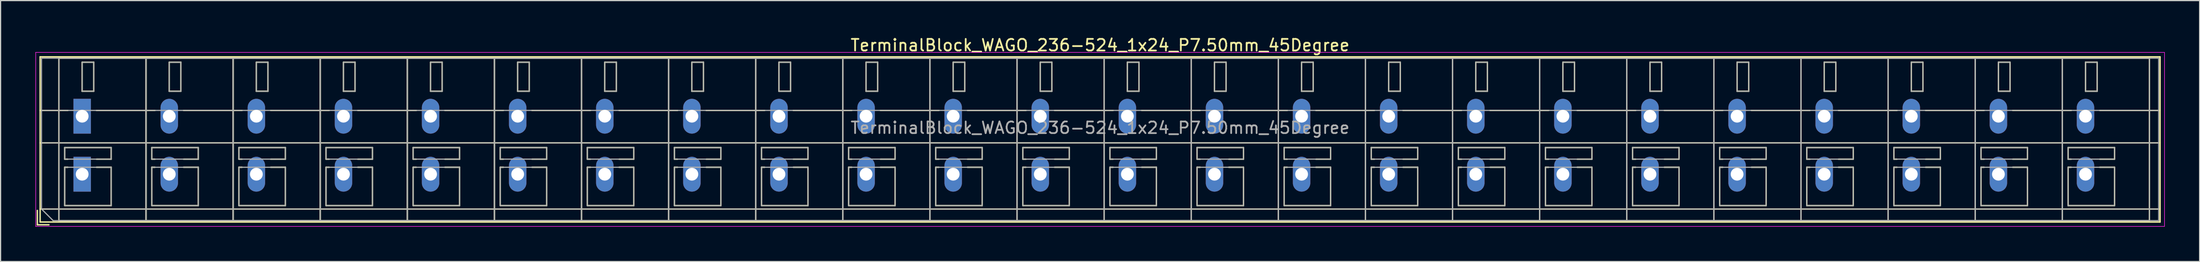
<source format=kicad_pcb>
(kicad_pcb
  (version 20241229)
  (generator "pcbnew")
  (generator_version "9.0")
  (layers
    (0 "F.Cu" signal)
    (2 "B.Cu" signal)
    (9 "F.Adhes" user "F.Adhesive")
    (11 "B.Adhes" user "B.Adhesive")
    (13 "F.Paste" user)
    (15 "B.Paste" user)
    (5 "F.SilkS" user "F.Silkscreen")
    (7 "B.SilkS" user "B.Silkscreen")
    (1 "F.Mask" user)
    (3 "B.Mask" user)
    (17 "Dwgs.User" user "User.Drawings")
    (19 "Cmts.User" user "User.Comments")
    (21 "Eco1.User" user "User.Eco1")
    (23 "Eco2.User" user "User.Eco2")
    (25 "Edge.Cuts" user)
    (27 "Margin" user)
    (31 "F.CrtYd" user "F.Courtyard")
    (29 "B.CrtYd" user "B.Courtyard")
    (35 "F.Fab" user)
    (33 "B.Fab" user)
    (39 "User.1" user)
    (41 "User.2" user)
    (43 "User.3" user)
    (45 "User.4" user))
  (footprint "TerminalBlock_WAGO_236-524_1x24_P7.50mm_45Degree"
    (layer "F.Cu")
    (at 4.025 6.968)
    (property "Reference" "TerminalBlock_WAGO_236-524_1x24_P7.50mm_45Degree" (at 87.65 -6.12 0) (layer "F.SilkS") (effects (font (size 1 1) (thickness 0.15))))
    (attr through_hole)
    (fp_line (start -3.86 8.12) (end -3.86 9.36) (stroke (width 0.12) (type solid)) (layer "F.SilkS"))
    (fp_line (start -3.86 9.36) (end -2.86 9.36) (stroke (width 0.12) (type solid)) (layer "F.SilkS"))
    (fp_line (start -3.62 -5.12) (end -3.62 9.12) (stroke (width 0.12) (type solid)) (layer "F.SilkS"))
    (fp_line (start -3.62 -5.12) (end 178.92 -5.12) (stroke (width 0.12) (type solid)) (layer "F.SilkS"))
    (fp_line (start -3.62 -0.5) (end -1.23 -0.5) (stroke (width 0.12) (type solid)) (layer "F.SilkS"))
    (fp_line (start -3.62 2.3) (end 178.92 2.3) (stroke (width 0.12) (type solid)) (layer "F.SilkS"))
    (fp_line (start -3.62 8) (end 178.92 8) (stroke (width 0.12) (type solid)) (layer "F.SilkS"))
    (fp_line (start -3.62 9.12) (end 178.92 9.12) (stroke (width 0.12) (type solid)) (layer "F.SilkS"))
    (fp_line (start -2 -5) (end -2 9) (stroke (width 0.12) (type solid)) (layer "F.SilkS"))
    (fp_line (start -2 -5) (end 5.5 -5) (stroke (width 0.12) (type solid)) (layer "F.SilkS"))
    (fp_line (start -2 9) (end 5.5 9) (stroke (width 0.12) (type solid)) (layer "F.SilkS"))
    (fp_line (start -1.5 2.7) (end -1.5 3.7) (stroke (width 0.12) (type solid)) (layer "F.SilkS"))
    (fp_line (start -1.5 2.7) (end 2.5 2.7) (stroke (width 0.12) (type solid)) (layer "F.SilkS"))
    (fp_line (start -1.5 3.7) (end -1.23 3.7) (stroke (width 0.12) (type solid)) (layer "F.SilkS"))
    (fp_line (start -1.5 4.4) (end -1.5 7.7) (stroke (width 0.12) (type solid)) (layer "F.SilkS"))
    (fp_line (start -1.5 4.4) (end -1.23 4.4) (stroke (width 0.12) (type solid)) (layer "F.SilkS"))
    (fp_line (start -1.5 7.7) (end 2.5 7.7) (stroke (width 0.12) (type solid)) (layer "F.SilkS"))
    (fp_line (start 0 -4.65) (end 0 -2.151) (stroke (width 0.12) (type solid)) (layer "F.SilkS"))
    (fp_line (start 0 -4.65) (end 1 -4.65) (stroke (width 0.12) (type solid)) (layer "F.SilkS"))
    (fp_line (start 0 -2.151) (end 1 -2.151) (stroke (width 0.12) (type solid)) (layer "F.SilkS"))
    (fp_line (start 1 -4.65) (end 1 -2.151) (stroke (width 0.12) (type solid)) (layer "F.SilkS"))
    (fp_line (start 1.23 -0.5) (end 6.27 -0.5) (stroke (width 0.12) (type solid)) (layer "F.SilkS"))
    (fp_line (start 1.23 3.7) (end 2.5 3.7) (stroke (width 0.12) (type solid)) (layer "F.SilkS"))
    (fp_line (start 1.23 4.4) (end 2.5 4.4) (stroke (width 0.12) (type solid)) (layer "F.SilkS"))
    (fp_line (start 2.5 2.7) (end 2.5 3.7) (stroke (width 0.12) (type solid)) (layer "F.SilkS"))
    (fp_line (start 2.5 4.4) (end 2.5 7.7) (stroke (width 0.12) (type solid)) (layer "F.SilkS"))
    (fp_line (start 5.5 -5) (end 5.5 9) (stroke (width 0.12) (type solid)) (layer "F.SilkS"))
    (fp_line (start 5.5 -5) (end 5.5 9) (stroke (width 0.12) (type solid)) (layer "F.SilkS"))
    (fp_line (start 5.5 -5) (end 13 -5) (stroke (width 0.12) (type solid)) (layer "F.SilkS"))
    (fp_line (start 5.5 9) (end 13 9) (stroke (width 0.12) (type solid)) (layer "F.SilkS"))
    (fp_line (start 6 2.7) (end 6 3.7) (stroke (width 0.12) (type solid)) (layer "F.SilkS"))
    (fp_line (start 6 2.7) (end 10 2.7) (stroke (width 0.12) (type solid)) (layer "F.SilkS"))
    (fp_line (start 6 3.7) (end 6.27 3.7) (stroke (width 0.12) (type solid)) (layer "F.SilkS"))
    (fp_line (start 6 4.4) (end 6 7.7) (stroke (width 0.12) (type solid)) (layer "F.SilkS"))
    (fp_line (start 6 4.4) (end 6.27 4.4) (stroke (width 0.12) (type solid)) (layer "F.SilkS"))
    (fp_line (start 6 7.7) (end 10 7.7) (stroke (width 0.12) (type solid)) (layer "F.SilkS"))
    (fp_line (start 7.5 -4.65) (end 7.5 -2.151) (stroke (width 0.12) (type solid)) (layer "F.SilkS"))
    (fp_line (start 7.5 -4.65) (end 8.5 -4.65) (stroke (width 0.12) (type solid)) (layer "F.SilkS"))
    (fp_line (start 7.5 -2.151) (end 8.5 -2.151) (stroke (width 0.12) (type solid)) (layer "F.SilkS"))
    (fp_line (start 8.5 -4.65) (end 8.5 -2.151) (stroke (width 0.12) (type solid)) (layer "F.SilkS"))
    (fp_line (start 8.73 -0.5) (end 13.77 -0.5) (stroke (width 0.12) (type solid)) (layer "F.SilkS"))
    (fp_line (start 8.73 3.7) (end 10 3.7) (stroke (width 0.12) (type solid)) (layer "F.SilkS"))
    (fp_line (start 8.73 4.4) (end 10 4.4) (stroke (width 0.12) (type solid)) (layer "F.SilkS"))
    (fp_line (start 10 2.7) (end 10 3.7) (stroke (width 0.12) (type solid)) (layer "F.SilkS"))
    (fp_line (start 10 4.4) (end 10 7.7) (stroke (width 0.12) (type solid)) (layer "F.SilkS"))
    (fp_line (start 13 -5) (end 13 9) (stroke (width 0.12) (type solid)) (layer "F.SilkS"))
    (fp_line (start 13 -5) (end 13 9) (stroke (width 0.12) (type solid)) (layer "F.SilkS"))
    (fp_line (start 13 -5) (end 20.5 -5) (stroke (width 0.12) (type solid)) (layer "F.SilkS"))
    (fp_line (start 13 9) (end 20.5 9) (stroke (width 0.12) (type solid)) (layer "F.SilkS"))
    (fp_line (start 13.5 2.7) (end 13.5 3.7) (stroke (width 0.12) (type solid)) (layer "F.SilkS"))
    (fp_line (start 13.5 2.7) (end 17.5 2.7) (stroke (width 0.12) (type solid)) (layer "F.SilkS"))
    (fp_line (start 13.5 3.7) (end 13.77 3.7) (stroke (width 0.12) (type solid)) (layer "F.SilkS"))
    (fp_line (start 13.5 4.4) (end 13.5 7.7) (stroke (width 0.12) (type solid)) (layer "F.SilkS"))
    (fp_line (start 13.5 4.4) (end 13.77 4.4) (stroke (width 0.12) (type solid)) (layer "F.SilkS"))
    (fp_line (start 13.5 7.7) (end 17.5 7.7) (stroke (width 0.12) (type solid)) (layer "F.SilkS"))
    (fp_line (start 15 -4.65) (end 15 -2.151) (stroke (width 0.12) (type solid)) (layer "F.SilkS"))
    (fp_line (start 15 -4.65) (end 16 -4.65) (stroke (width 0.12) (type solid)) (layer "F.SilkS"))
    (fp_line (start 15 -2.151) (end 16 -2.151) (stroke (width 0.12) (type solid)) (layer "F.SilkS"))
    (fp_line (start 16 -4.65) (end 16 -2.151) (stroke (width 0.12) (type solid)) (layer "F.SilkS"))
    (fp_line (start 16.23 -0.5) (end 21.27 -0.5) (stroke (width 0.12) (type solid)) (layer "F.SilkS"))
    (fp_line (start 16.23 3.7) (end 17.5 3.7) (stroke (width 0.12) (type solid)) (layer "F.SilkS"))
    (fp_line (start 16.23 4.4) (end 17.5 4.4) (stroke (width 0.12) (type solid)) (layer "F.SilkS"))
    (fp_line (start 17.5 2.7) (end 17.5 3.7) (stroke (width 0.12) (type solid)) (layer "F.SilkS"))
    (fp_line (start 17.5 4.4) (end 17.5 7.7) (stroke (width 0.12) (type solid)) (layer "F.SilkS"))
    (fp_line (start 20.5 -5) (end 20.5 9) (stroke (width 0.12) (type solid)) (layer "F.SilkS"))
    (fp_line (start 20.5 -5) (end 20.5 9) (stroke (width 0.12) (type solid)) (layer "F.SilkS"))
    (fp_line (start 20.5 -5) (end 28 -5) (stroke (width 0.12) (type solid)) (layer "F.SilkS"))
    (fp_line (start 20.5 9) (end 28 9) (stroke (width 0.12) (type solid)) (layer "F.SilkS"))
    (fp_line (start 21 2.7) (end 21 3.7) (stroke (width 0.12) (type solid)) (layer "F.SilkS"))
    (fp_line (start 21 2.7) (end 25 2.7) (stroke (width 0.12) (type solid)) (layer "F.SilkS"))
    (fp_line (start 21 3.7) (end 21.27 3.7) (stroke (width 0.12) (type solid)) (layer "F.SilkS"))
    (fp_line (start 21 4.4) (end 21 7.7) (stroke (width 0.12) (type solid)) (layer "F.SilkS"))
    (fp_line (start 21 4.4) (end 21.27 4.4) (stroke (width 0.12) (type solid)) (layer "F.SilkS"))
    (fp_line (start 21 7.7) (end 25 7.7) (stroke (width 0.12) (type solid)) (layer "F.SilkS"))
    (fp_line (start 22.5 -4.65) (end 22.5 -2.151) (stroke (width 0.12) (type solid)) (layer "F.SilkS"))
    (fp_line (start 22.5 -4.65) (end 23.5 -4.65) (stroke (width 0.12) (type solid)) (layer "F.SilkS"))
    (fp_line (start 22.5 -2.151) (end 23.5 -2.151) (stroke (width 0.12) (type solid)) (layer "F.SilkS"))
    (fp_line (start 23.5 -4.65) (end 23.5 -2.151) (stroke (width 0.12) (type solid)) (layer "F.SilkS"))
    (fp_line (start 23.73 -0.5) (end 28.77 -0.5) (stroke (width 0.12) (type solid)) (layer "F.SilkS"))
    (fp_line (start 23.73 3.7) (end 25 3.7) (stroke (width 0.12) (type solid)) (layer "F.SilkS"))
    (fp_line (start 23.73 4.4) (end 25 4.4) (stroke (width 0.12) (type solid)) (layer "F.SilkS"))
    (fp_line (start 25 2.7) (end 25 3.7) (stroke (width 0.12) (type solid)) (layer "F.SilkS"))
    (fp_line (start 25 4.4) (end 25 7.7) (stroke (width 0.12) (type solid)) (layer "F.SilkS"))
    (fp_line (start 28 -5) (end 28 9) (stroke (width 0.12) (type solid)) (layer "F.SilkS"))
    (fp_line (start 28 -5) (end 28 9) (stroke (width 0.12) (type solid)) (layer "F.SilkS"))
    (fp_line (start 28 -5) (end 35.5 -5) (stroke (width 0.12) (type solid)) (layer "F.SilkS"))
    (fp_line (start 28 9) (end 35.5 9) (stroke (width 0.12) (type solid)) (layer "F.SilkS"))
    (fp_line (start 28.5 2.7) (end 28.5 3.7) (stroke (width 0.12) (type solid)) (layer "F.SilkS"))
    (fp_line (start 28.5 2.7) (end 32.5 2.7) (stroke (width 0.12) (type solid)) (layer "F.SilkS"))
    (fp_line (start 28.5 3.7) (end 28.77 3.7) (stroke (width 0.12) (type solid)) (layer "F.SilkS"))
    (fp_line (start 28.5 4.4) (end 28.5 7.7) (stroke (width 0.12) (type solid)) (layer "F.SilkS"))
    (fp_line (start 28.5 4.4) (end 28.77 4.4) (stroke (width 0.12) (type solid)) (layer "F.SilkS"))
    (fp_line (start 28.5 7.7) (end 32.5 7.7) (stroke (width 0.12) (type solid)) (layer "F.SilkS"))
    (fp_line (start 30 -4.65) (end 30 -2.151) (stroke (width 0.12) (type solid)) (layer "F.SilkS"))
    (fp_line (start 30 -4.65) (end 31 -4.65) (stroke (width 0.12) (type solid)) (layer "F.SilkS"))
    (fp_line (start 30 -2.151) (end 31 -2.151) (stroke (width 0.12) (type solid)) (layer "F.SilkS"))
    (fp_line (start 31 -4.65) (end 31 -2.151) (stroke (width 0.12) (type solid)) (layer "F.SilkS"))
    (fp_line (start 31.23 -0.5) (end 36.27 -0.5) (stroke (width 0.12) (type solid)) (layer "F.SilkS"))
    (fp_line (start 31.23 3.7) (end 32.5 3.7) (stroke (width 0.12) (type solid)) (layer "F.SilkS"))
    (fp_line (start 31.23 4.4) (end 32.5 4.4) (stroke (width 0.12) (type solid)) (layer "F.SilkS"))
    (fp_line (start 32.5 2.7) (end 32.5 3.7) (stroke (width 0.12) (type solid)) (layer "F.SilkS"))
    (fp_line (start 32.5 4.4) (end 32.5 7.7) (stroke (width 0.12) (type solid)) (layer "F.SilkS"))
    (fp_line (start 35.5 -5) (end 35.5 9) (stroke (width 0.12) (type solid)) (layer "F.SilkS"))
    (fp_line (start 35.5 -5) (end 35.5 9) (stroke (width 0.12) (type solid)) (layer "F.SilkS"))
    (fp_line (start 35.5 -5) (end 43 -5) (stroke (width 0.12) (type solid)) (layer "F.SilkS"))
    (fp_line (start 35.5 9) (end 43 9) (stroke (width 0.12) (type solid)) (layer "F.SilkS"))
    (fp_line (start 36 2.7) (end 36 3.7) (stroke (width 0.12) (type solid)) (layer "F.SilkS"))
    (fp_line (start 36 2.7) (end 40 2.7) (stroke (width 0.12) (type solid)) (layer "F.SilkS"))
    (fp_line (start 36 3.7) (end 36.27 3.7) (stroke (width 0.12) (type solid)) (layer "F.SilkS"))
    (fp_line (start 36 4.4) (end 36 7.7) (stroke (width 0.12) (type solid)) (layer "F.SilkS"))
    (fp_line (start 36 4.4) (end 36.27 4.4) (stroke (width 0.12) (type solid)) (layer "F.SilkS"))
    (fp_line (start 36 7.7) (end 40 7.7) (stroke (width 0.12) (type solid)) (layer "F.SilkS"))
    (fp_line (start 37.5 -4.65) (end 37.5 -2.151) (stroke (width 0.12) (type solid)) (layer "F.SilkS"))
    (fp_line (start 37.5 -4.65) (end 38.5 -4.65) (stroke (width 0.12) (type solid)) (layer "F.SilkS"))
    (fp_line (start 37.5 -2.151) (end 38.5 -2.151) (stroke (width 0.12) (type solid)) (layer "F.SilkS"))
    (fp_line (start 38.5 -4.65) (end 38.5 -2.151) (stroke (width 0.12) (type solid)) (layer "F.SilkS"))
    (fp_line (start 38.73 -0.5) (end 43.77 -0.5) (stroke (width 0.12) (type solid)) (layer "F.SilkS"))
    (fp_line (start 38.73 3.7) (end 40 3.7) (stroke (width 0.12) (type solid)) (layer "F.SilkS"))
    (fp_line (start 38.73 4.4) (end 40 4.4) (stroke (width 0.12) (type solid)) (layer "F.SilkS"))
    (fp_line (start 40 2.7) (end 40 3.7) (stroke (width 0.12) (type solid)) (layer "F.SilkS"))
    (fp_line (start 40 4.4) (end 40 7.7) (stroke (width 0.12) (type solid)) (layer "F.SilkS"))
    (fp_line (start 43 -5) (end 43 9) (stroke (width 0.12) (type solid)) (layer "F.SilkS"))
    (fp_line (start 43 -5) (end 43 9) (stroke (width 0.12) (type solid)) (layer "F.SilkS"))
    (fp_line (start 43 -5) (end 50.5 -5) (stroke (width 0.12) (type solid)) (layer "F.SilkS"))
    (fp_line (start 43 9) (end 50.5 9) (stroke (width 0.12) (type solid)) (layer "F.SilkS"))
    (fp_line (start 43.5 2.7) (end 43.5 3.7) (stroke (width 0.12) (type solid)) (layer "F.SilkS"))
    (fp_line (start 43.5 2.7) (end 47.5 2.7) (stroke (width 0.12) (type solid)) (layer "F.SilkS"))
    (fp_line (start 43.5 3.7) (end 43.77 3.7) (stroke (width 0.12) (type solid)) (layer "F.SilkS"))
    (fp_line (start 43.5 4.4) (end 43.5 7.7) (stroke (width 0.12) (type solid)) (layer "F.SilkS"))
    (fp_line (start 43.5 4.4) (end 43.77 4.4) (stroke (width 0.12) (type solid)) (layer "F.SilkS"))
    (fp_line (start 43.5 7.7) (end 47.5 7.7) (stroke (width 0.12) (type solid)) (layer "F.SilkS"))
    (fp_line (start 45 -4.65) (end 45 -2.151) (stroke (width 0.12) (type solid)) (layer "F.SilkS"))
    (fp_line (start 45 -4.65) (end 46 -4.65) (stroke (width 0.12) (type solid)) (layer "F.SilkS"))
    (fp_line (start 45 -2.151) (end 46 -2.151) (stroke (width 0.12) (type solid)) (layer "F.SilkS"))
    (fp_line (start 46 -4.65) (end 46 -2.151) (stroke (width 0.12) (type solid)) (layer "F.SilkS"))
    (fp_line (start 46.23 -0.5) (end 51.27 -0.5) (stroke (width 0.12) (type solid)) (layer "F.SilkS"))
    (fp_line (start 46.23 3.7) (end 47.5 3.7) (stroke (width 0.12) (type solid)) (layer "F.SilkS"))
    (fp_line (start 46.23 4.4) (end 47.5 4.4) (stroke (width 0.12) (type solid)) (layer "F.SilkS"))
    (fp_line (start 47.5 2.7) (end 47.5 3.7) (stroke (width 0.12) (type solid)) (layer "F.SilkS"))
    (fp_line (start 47.5 4.4) (end 47.5 7.7) (stroke (width 0.12) (type solid)) (layer "F.SilkS"))
    (fp_line (start 50.5 -5) (end 50.5 9) (stroke (width 0.12) (type solid)) (layer "F.SilkS"))
    (fp_line (start 50.5 -5) (end 50.5 9) (stroke (width 0.12) (type solid)) (layer "F.SilkS"))
    (fp_line (start 50.5 -5) (end 58 -5) (stroke (width 0.12) (type solid)) (layer "F.SilkS"))
    (fp_line (start 50.5 9) (end 58 9) (stroke (width 0.12) (type solid)) (layer "F.SilkS"))
    (fp_line (start 51 2.7) (end 51 3.7) (stroke (width 0.12) (type solid)) (layer "F.SilkS"))
    (fp_line (start 51 2.7) (end 55 2.7) (stroke (width 0.12) (type solid)) (layer "F.SilkS"))
    (fp_line (start 51 3.7) (end 51.27 3.7) (stroke (width 0.12) (type solid)) (layer "F.SilkS"))
    (fp_line (start 51 4.4) (end 51 7.7) (stroke (width 0.12) (type solid)) (layer "F.SilkS"))
    (fp_line (start 51 4.4) (end 51.27 4.4) (stroke (width 0.12) (type solid)) (layer "F.SilkS"))
    (fp_line (start 51 7.7) (end 55 7.7) (stroke (width 0.12) (type solid)) (layer "F.SilkS"))
    (fp_line (start 52.5 -4.65) (end 52.5 -2.151) (stroke (width 0.12) (type solid)) (layer "F.SilkS"))
    (fp_line (start 52.5 -4.65) (end 53.5 -4.65) (stroke (width 0.12) (type solid)) (layer "F.SilkS"))
    (fp_line (start 52.5 -2.151) (end 53.5 -2.151) (stroke (width 0.12) (type solid)) (layer "F.SilkS"))
    (fp_line (start 53.5 -4.65) (end 53.5 -2.151) (stroke (width 0.12) (type solid)) (layer "F.SilkS"))
    (fp_line (start 53.73 -0.5) (end 58.77 -0.5) (stroke (width 0.12) (type solid)) (layer "F.SilkS"))
    (fp_line (start 53.73 3.7) (end 55 3.7) (stroke (width 0.12) (type solid)) (layer "F.SilkS"))
    (fp_line (start 53.73 4.4) (end 55 4.4) (stroke (width 0.12) (type solid)) (layer "F.SilkS"))
    (fp_line (start 55 2.7) (end 55 3.7) (stroke (width 0.12) (type solid)) (layer "F.SilkS"))
    (fp_line (start 55 4.4) (end 55 7.7) (stroke (width 0.12) (type solid)) (layer "F.SilkS"))
    (fp_line (start 58 -5) (end 58 9) (stroke (width 0.12) (type solid)) (layer "F.SilkS"))
    (fp_line (start 58 -5) (end 58 9) (stroke (width 0.12) (type solid)) (layer "F.SilkS"))
    (fp_line (start 58 -5) (end 65.5 -5) (stroke (width 0.12) (type solid)) (layer "F.SilkS"))
    (fp_line (start 58 9) (end 65.5 9) (stroke (width 0.12) (type solid)) (layer "F.SilkS"))
    (fp_line (start 58.5 2.7) (end 58.5 3.7) (stroke (width 0.12) (type solid)) (layer "F.SilkS"))
    (fp_line (start 58.5 2.7) (end 62.5 2.7) (stroke (width 0.12) (type solid)) (layer "F.SilkS"))
    (fp_line (start 58.5 3.7) (end 58.77 3.7) (stroke (width 0.12) (type solid)) (layer "F.SilkS"))
    (fp_line (start 58.5 4.4) (end 58.5 7.7) (stroke (width 0.12) (type solid)) (layer "F.SilkS"))
    (fp_line (start 58.5 4.4) (end 58.77 4.4) (stroke (width 0.12) (type solid)) (layer "F.SilkS"))
    (fp_line (start 58.5 7.7) (end 62.5 7.7) (stroke (width 0.12) (type solid)) (layer "F.SilkS"))
    (fp_line (start 60 -4.65) (end 60 -2.151) (stroke (width 0.12) (type solid)) (layer "F.SilkS"))
    (fp_line (start 60 -4.65) (end 61 -4.65) (stroke (width 0.12) (type solid)) (layer "F.SilkS"))
    (fp_line (start 60 -2.151) (end 61 -2.151) (stroke (width 0.12) (type solid)) (layer "F.SilkS"))
    (fp_line (start 61 -4.65) (end 61 -2.151) (stroke (width 0.12) (type solid)) (layer "F.SilkS"))
    (fp_line (start 61.23 -0.5) (end 66.27 -0.5) (stroke (width 0.12) (type solid)) (layer "F.SilkS"))
    (fp_line (start 61.23 3.7) (end 62.5 3.7) (stroke (width 0.12) (type solid)) (layer "F.SilkS"))
    (fp_line (start 61.23 4.4) (end 62.5 4.4) (stroke (width 0.12) (type solid)) (layer "F.SilkS"))
    (fp_line (start 62.5 2.7) (end 62.5 3.7) (stroke (width 0.12) (type solid)) (layer "F.SilkS"))
    (fp_line (start 62.5 4.4) (end 62.5 7.7) (stroke (width 0.12) (type solid)) (layer "F.SilkS"))
    (fp_line (start 65.5 -5) (end 65.5 9) (stroke (width 0.12) (type solid)) (layer "F.SilkS"))
    (fp_line (start 65.5 -5) (end 65.5 9) (stroke (width 0.12) (type solid)) (layer "F.SilkS"))
    (fp_line (start 65.5 -5) (end 73 -5) (stroke (width 0.12) (type solid)) (layer "F.SilkS"))
    (fp_line (start 65.5 9) (end 73 9) (stroke (width 0.12) (type solid)) (layer "F.SilkS"))
    (fp_line (start 66 2.7) (end 66 3.7) (stroke (width 0.12) (type solid)) (layer "F.SilkS"))
    (fp_line (start 66 2.7) (end 70 2.7) (stroke (width 0.12) (type solid)) (layer "F.SilkS"))
    (fp_line (start 66 3.7) (end 66.27 3.7) (stroke (width 0.12) (type solid)) (layer "F.SilkS"))
    (fp_line (start 66 4.4) (end 66 7.7) (stroke (width 0.12) (type solid)) (layer "F.SilkS"))
    (fp_line (start 66 4.4) (end 66.27 4.4) (stroke (width 0.12) (type solid)) (layer "F.SilkS"))
    (fp_line (start 66 7.7) (end 70 7.7) (stroke (width 0.12) (type solid)) (layer "F.SilkS"))
    (fp_line (start 67.5 -4.65) (end 67.5 -2.151) (stroke (width 0.12) (type solid)) (layer "F.SilkS"))
    (fp_line (start 67.5 -4.65) (end 68.5 -4.65) (stroke (width 0.12) (type solid)) (layer "F.SilkS"))
    (fp_line (start 67.5 -2.151) (end 68.5 -2.151) (stroke (width 0.12) (type solid)) (layer "F.SilkS"))
    (fp_line (start 68.5 -4.65) (end 68.5 -2.151) (stroke (width 0.12) (type solid)) (layer "F.SilkS"))
    (fp_line (start 68.73 -0.5) (end 73.77 -0.5) (stroke (width 0.12) (type solid)) (layer "F.SilkS"))
    (fp_line (start 68.73 3.7) (end 70 3.7) (stroke (width 0.12) (type solid)) (layer "F.SilkS"))
    (fp_line (start 68.73 4.4) (end 70 4.4) (stroke (width 0.12) (type solid)) (layer "F.SilkS"))
    (fp_line (start 70 2.7) (end 70 3.7) (stroke (width 0.12) (type solid)) (layer "F.SilkS"))
    (fp_line (start 70 4.4) (end 70 7.7) (stroke (width 0.12) (type solid)) (layer "F.SilkS"))
    (fp_line (start 73 -5) (end 73 9) (stroke (width 0.12) (type solid)) (layer "F.SilkS"))
    (fp_line (start 73 -5) (end 73 9) (stroke (width 0.12) (type solid)) (layer "F.SilkS"))
    (fp_line (start 73 -5) (end 80.5 -5) (stroke (width 0.12) (type solid)) (layer "F.SilkS"))
    (fp_line (start 73 9) (end 80.5 9) (stroke (width 0.12) (type solid)) (layer "F.SilkS"))
    (fp_line (start 73.5 2.7) (end 73.5 3.7) (stroke (width 0.12) (type solid)) (layer "F.SilkS"))
    (fp_line (start 73.5 2.7) (end 77.5 2.7) (stroke (width 0.12) (type solid)) (layer "F.SilkS"))
    (fp_line (start 73.5 3.7) (end 73.77 3.7) (stroke (width 0.12) (type solid)) (layer "F.SilkS"))
    (fp_line (start 73.5 4.4) (end 73.5 7.7) (stroke (width 0.12) (type solid)) (layer "F.SilkS"))
    (fp_line (start 73.5 4.4) (end 73.77 4.4) (stroke (width 0.12) (type solid)) (layer "F.SilkS"))
    (fp_line (start 73.5 7.7) (end 77.5 7.7) (stroke (width 0.12) (type solid)) (layer "F.SilkS"))
    (fp_line (start 75 -4.65) (end 75 -2.151) (stroke (width 0.12) (type solid)) (layer "F.SilkS"))
    (fp_line (start 75 -4.65) (end 76 -4.65) (stroke (width 0.12) (type solid)) (layer "F.SilkS"))
    (fp_line (start 75 -2.151) (end 76 -2.151) (stroke (width 0.12) (type solid)) (layer "F.SilkS"))
    (fp_line (start 76 -4.65) (end 76 -2.151) (stroke (width 0.12) (type solid)) (layer "F.SilkS"))
    (fp_line (start 76.23 -0.5) (end 81.27 -0.5) (stroke (width 0.12) (type solid)) (layer "F.SilkS"))
    (fp_line (start 76.23 3.7) (end 77.5 3.7) (stroke (width 0.12) (type solid)) (layer "F.SilkS"))
    (fp_line (start 76.23 4.4) (end 77.5 4.4) (stroke (width 0.12) (type solid)) (layer "F.SilkS"))
    (fp_line (start 77.5 2.7) (end 77.5 3.7) (stroke (width 0.12) (type solid)) (layer "F.SilkS"))
    (fp_line (start 77.5 4.4) (end 77.5 7.7) (stroke (width 0.12) (type solid)) (layer "F.SilkS"))
    (fp_line (start 80.5 -5) (end 80.5 9) (stroke (width 0.12) (type solid)) (layer "F.SilkS"))
    (fp_line (start 80.5 -5) (end 80.5 9) (stroke (width 0.12) (type solid)) (layer "F.SilkS"))
    (fp_line (start 80.5 -5) (end 88 -5) (stroke (width 0.12) (type solid)) (layer "F.SilkS"))
    (fp_line (start 80.5 9) (end 88 9) (stroke (width 0.12) (type solid)) (layer "F.SilkS"))
    (fp_line (start 81 2.7) (end 81 3.7) (stroke (width 0.12) (type solid)) (layer "F.SilkS"))
    (fp_line (start 81 2.7) (end 85 2.7) (stroke (width 0.12) (type solid)) (layer "F.SilkS"))
    (fp_line (start 81 3.7) (end 81.27 3.7) (stroke (width 0.12) (type solid)) (layer "F.SilkS"))
    (fp_line (start 81 4.4) (end 81 7.7) (stroke (width 0.12) (type solid)) (layer "F.SilkS"))
    (fp_line (start 81 4.4) (end 81.27 4.4) (stroke (width 0.12) (type solid)) (layer "F.SilkS"))
    (fp_line (start 81 7.7) (end 85 7.7) (stroke (width 0.12) (type solid)) (layer "F.SilkS"))
    (fp_line (start 82.5 -4.65) (end 82.5 -2.151) (stroke (width 0.12) (type solid)) (layer "F.SilkS"))
    (fp_line (start 82.5 -4.65) (end 83.5 -4.65) (stroke (width 0.12) (type solid)) (layer "F.SilkS"))
    (fp_line (start 82.5 -2.151) (end 83.5 -2.151) (stroke (width 0.12) (type solid)) (layer "F.SilkS"))
    (fp_line (start 83.5 -4.65) (end 83.5 -2.151) (stroke (width 0.12) (type solid)) (layer "F.SilkS"))
    (fp_line (start 83.73 -0.5) (end 88.77 -0.5) (stroke (width 0.12) (type solid)) (layer "F.SilkS"))
    (fp_line (start 83.73 3.7) (end 85 3.7) (stroke (width 0.12) (type solid)) (layer "F.SilkS"))
    (fp_line (start 83.73 4.4) (end 85 4.4) (stroke (width 0.12) (type solid)) (layer "F.SilkS"))
    (fp_line (start 85 2.7) (end 85 3.7) (stroke (width 0.12) (type solid)) (layer "F.SilkS"))
    (fp_line (start 85 4.4) (end 85 7.7) (stroke (width 0.12) (type solid)) (layer "F.SilkS"))
    (fp_line (start 88 -5) (end 88 9) (stroke (width 0.12) (type solid)) (layer "F.SilkS"))
    (fp_line (start 88 -5) (end 88 9) (stroke (width 0.12) (type solid)) (layer "F.SilkS"))
    (fp_line (start 88 -5) (end 95.5 -5) (stroke (width 0.12) (type solid)) (layer "F.SilkS"))
    (fp_line (start 88 9) (end 95.5 9) (stroke (width 0.12) (type solid)) (layer "F.SilkS"))
    (fp_line (start 88.5 2.7) (end 88.5 3.7) (stroke (width 0.12) (type solid)) (layer "F.SilkS"))
    (fp_line (start 88.5 2.7) (end 92.5 2.7) (stroke (width 0.12) (type solid)) (layer "F.SilkS"))
    (fp_line (start 88.5 3.7) (end 88.77 3.7) (stroke (width 0.12) (type solid)) (layer "F.SilkS"))
    (fp_line (start 88.5 4.4) (end 88.5 7.7) (stroke (width 0.12) (type solid)) (layer "F.SilkS"))
    (fp_line (start 88.5 4.4) (end 88.77 4.4) (stroke (width 0.12) (type solid)) (layer "F.SilkS"))
    (fp_line (start 88.5 7.7) (end 92.5 7.7) (stroke (width 0.12) (type solid)) (layer "F.SilkS"))
    (fp_line (start 90 -4.65) (end 90 -2.151) (stroke (width 0.12) (type solid)) (layer "F.SilkS"))
    (fp_line (start 90 -4.65) (end 91 -4.65) (stroke (width 0.12) (type solid)) (layer "F.SilkS"))
    (fp_line (start 90 -2.151) (end 91 -2.151) (stroke (width 0.12) (type solid)) (layer "F.SilkS"))
    (fp_line (start 91 -4.65) (end 91 -2.151) (stroke (width 0.12) (type solid)) (layer "F.SilkS"))
    (fp_line (start 91.23 -0.5) (end 96.27 -0.5) (stroke (width 0.12) (type solid)) (layer "F.SilkS"))
    (fp_line (start 91.23 3.7) (end 92.5 3.7) (stroke (width 0.12) (type solid)) (layer "F.SilkS"))
    (fp_line (start 91.23 4.4) (end 92.5 4.4) (stroke (width 0.12) (type solid)) (layer "F.SilkS"))
    (fp_line (start 92.5 2.7) (end 92.5 3.7) (stroke (width 0.12) (type solid)) (layer "F.SilkS"))
    (fp_line (start 92.5 4.4) (end 92.5 7.7) (stroke (width 0.12) (type solid)) (layer "F.SilkS"))
    (fp_line (start 95.5 -5) (end 95.5 9) (stroke (width 0.12) (type solid)) (layer "F.SilkS"))
    (fp_line (start 95.5 -5) (end 95.5 9) (stroke (width 0.12) (type solid)) (layer "F.SilkS"))
    (fp_line (start 95.5 -5) (end 103 -5) (stroke (width 0.12) (type solid)) (layer "F.SilkS"))
    (fp_line (start 95.5 9) (end 103 9) (stroke (width 0.12) (type solid)) (layer "F.SilkS"))
    (fp_line (start 96 2.7) (end 96 3.7) (stroke (width 0.12) (type solid)) (layer "F.SilkS"))
    (fp_line (start 96 2.7) (end 100 2.7) (stroke (width 0.12) (type solid)) (layer "F.SilkS"))
    (fp_line (start 96 3.7) (end 96.27 3.7) (stroke (width 0.12) (type solid)) (layer "F.SilkS"))
    (fp_line (start 96 4.4) (end 96 7.7) (stroke (width 0.12) (type solid)) (layer "F.SilkS"))
    (fp_line (start 96 4.4) (end 96.27 4.4) (stroke (width 0.12) (type solid)) (layer "F.SilkS"))
    (fp_line (start 96 7.7) (end 100 7.7) (stroke (width 0.12) (type solid)) (layer "F.SilkS"))
    (fp_line (start 97.5 -4.65) (end 97.5 -2.151) (stroke (width 0.12) (type solid)) (layer "F.SilkS"))
    (fp_line (start 97.5 -4.65) (end 98.5 -4.65) (stroke (width 0.12) (type solid)) (layer "F.SilkS"))
    (fp_line (start 97.5 -2.151) (end 98.5 -2.151) (stroke (width 0.12) (type solid)) (layer "F.SilkS"))
    (fp_line (start 98.5 -4.65) (end 98.5 -2.151) (stroke (width 0.12) (type solid)) (layer "F.SilkS"))
    (fp_line (start 98.73 -0.5) (end 103.77 -0.5) (stroke (width 0.12) (type solid)) (layer "F.SilkS"))
    (fp_line (start 98.73 3.7) (end 100 3.7) (stroke (width 0.12) (type solid)) (layer "F.SilkS"))
    (fp_line (start 98.73 4.4) (end 100 4.4) (stroke (width 0.12) (type solid)) (layer "F.SilkS"))
    (fp_line (start 100 2.7) (end 100 3.7) (stroke (width 0.12) (type solid)) (layer "F.SilkS"))
    (fp_line (start 100 4.4) (end 100 7.7) (stroke (width 0.12) (type solid)) (layer "F.SilkS"))
    (fp_line (start 103 -5) (end 103 9) (stroke (width 0.12) (type solid)) (layer "F.SilkS"))
    (fp_line (start 103 -5) (end 103 9) (stroke (width 0.12) (type solid)) (layer "F.SilkS"))
    (fp_line (start 103 -5) (end 110.5 -5) (stroke (width 0.12) (type solid)) (layer "F.SilkS"))
    (fp_line (start 103 9) (end 110.5 9) (stroke (width 0.12) (type solid)) (layer "F.SilkS"))
    (fp_line (start 103.5 2.7) (end 103.5 3.7) (stroke (width 0.12) (type solid)) (layer "F.SilkS"))
    (fp_line (start 103.5 2.7) (end 107.5 2.7) (stroke (width 0.12) (type solid)) (layer "F.SilkS"))
    (fp_line (start 103.5 3.7) (end 103.77 3.7) (stroke (width 0.12) (type solid)) (layer "F.SilkS"))
    (fp_line (start 103.5 4.4) (end 103.5 7.7) (stroke (width 0.12) (type solid)) (layer "F.SilkS"))
    (fp_line (start 103.5 4.4) (end 103.77 4.4) (stroke (width 0.12) (type solid)) (layer "F.SilkS"))
    (fp_line (start 103.5 7.7) (end 107.5 7.7) (stroke (width 0.12) (type solid)) (layer "F.SilkS"))
    (fp_line (start 105 -4.65) (end 105 -2.151) (stroke (width 0.12) (type solid)) (layer "F.SilkS"))
    (fp_line (start 105 -4.65) (end 106 -4.65) (stroke (width 0.12) (type solid)) (layer "F.SilkS"))
    (fp_line (start 105 -2.151) (end 106 -2.151) (stroke (width 0.12) (type solid)) (layer "F.SilkS"))
    (fp_line (start 106 -4.65) (end 106 -2.151) (stroke (width 0.12) (type solid)) (layer "F.SilkS"))
    (fp_line (start 106.23 -0.5) (end 111.27 -0.5) (stroke (width 0.12) (type solid)) (layer "F.SilkS"))
    (fp_line (start 106.23 3.7) (end 107.5 3.7) (stroke (width 0.12) (type solid)) (layer "F.SilkS"))
    (fp_line (start 106.23 4.4) (end 107.5 4.4) (stroke (width 0.12) (type solid)) (layer "F.SilkS"))
    (fp_line (start 107.5 2.7) (end 107.5 3.7) (stroke (width 0.12) (type solid)) (layer "F.SilkS"))
    (fp_line (start 107.5 4.4) (end 107.5 7.7) (stroke (width 0.12) (type solid)) (layer "F.SilkS"))
    (fp_line (start 110.5 -5) (end 110.5 9) (stroke (width 0.12) (type solid)) (layer "F.SilkS"))
    (fp_line (start 110.5 -5) (end 110.5 9) (stroke (width 0.12) (type solid)) (layer "F.SilkS"))
    (fp_line (start 110.5 -5) (end 118 -5) (stroke (width 0.12) (type solid)) (layer "F.SilkS"))
    (fp_line (start 110.5 9) (end 118 9) (stroke (width 0.12) (type solid)) (layer "F.SilkS"))
    (fp_line (start 111 2.7) (end 111 3.7) (stroke (width 0.12) (type solid)) (layer "F.SilkS"))
    (fp_line (start 111 2.7) (end 115 2.7) (stroke (width 0.12) (type solid)) (layer "F.SilkS"))
    (fp_line (start 111 3.7) (end 111.27 3.7) (stroke (width 0.12) (type solid)) (layer "F.SilkS"))
    (fp_line (start 111 4.4) (end 111 7.7) (stroke (width 0.12) (type solid)) (layer "F.SilkS"))
    (fp_line (start 111 4.4) (end 111.27 4.4) (stroke (width 0.12) (type solid)) (layer "F.SilkS"))
    (fp_line (start 111 7.7) (end 115 7.7) (stroke (width 0.12) (type solid)) (layer "F.SilkS"))
    (fp_line (start 112.5 -4.65) (end 112.5 -2.151) (stroke (width 0.12) (type solid)) (layer "F.SilkS"))
    (fp_line (start 112.5 -4.65) (end 113.5 -4.65) (stroke (width 0.12) (type solid)) (layer "F.SilkS"))
    (fp_line (start 112.5 -2.151) (end 113.5 -2.151) (stroke (width 0.12) (type solid)) (layer "F.SilkS"))
    (fp_line (start 113.5 -4.65) (end 113.5 -2.151) (stroke (width 0.12) (type solid)) (layer "F.SilkS"))
    (fp_line (start 113.73 -0.5) (end 118.77 -0.5) (stroke (width 0.12) (type solid)) (layer "F.SilkS"))
    (fp_line (start 113.73 3.7) (end 115 3.7) (stroke (width 0.12) (type solid)) (layer "F.SilkS"))
    (fp_line (start 113.73 4.4) (end 115 4.4) (stroke (width 0.12) (type solid)) (layer "F.SilkS"))
    (fp_line (start 115 2.7) (end 115 3.7) (stroke (width 0.12) (type solid)) (layer "F.SilkS"))
    (fp_line (start 115 4.4) (end 115 7.7) (stroke (width 0.12) (type solid)) (layer "F.SilkS"))
    (fp_line (start 118 -5) (end 118 9) (stroke (width 0.12) (type solid)) (layer "F.SilkS"))
    (fp_line (start 118 -5) (end 118 9) (stroke (width 0.12) (type solid)) (layer "F.SilkS"))
    (fp_line (start 118 -5) (end 125.5 -5) (stroke (width 0.12) (type solid)) (layer "F.SilkS"))
    (fp_line (start 118 9) (end 125.5 9) (stroke (width 0.12) (type solid)) (layer "F.SilkS"))
    (fp_line (start 118.5 2.7) (end 118.5 3.7) (stroke (width 0.12) (type solid)) (layer "F.SilkS"))
    (fp_line (start 118.5 2.7) (end 122.5 2.7) (stroke (width 0.12) (type solid)) (layer "F.SilkS"))
    (fp_line (start 118.5 3.7) (end 118.77 3.7) (stroke (width 0.12) (type solid)) (layer "F.SilkS"))
    (fp_line (start 118.5 4.4) (end 118.5 7.7) (stroke (width 0.12) (type solid)) (layer "F.SilkS"))
    (fp_line (start 118.5 4.4) (end 118.77 4.4) (stroke (width 0.12) (type solid)) (layer "F.SilkS"))
    (fp_line (start 118.5 7.7) (end 122.5 7.7) (stroke (width 0.12) (type solid)) (layer "F.SilkS"))
    (fp_line (start 120 -4.65) (end 120 -2.151) (stroke (width 0.12) (type solid)) (layer "F.SilkS"))
    (fp_line (start 120 -4.65) (end 121 -4.65) (stroke (width 0.12) (type solid)) (layer "F.SilkS"))
    (fp_line (start 120 -2.151) (end 121 -2.151) (stroke (width 0.12) (type solid)) (layer "F.SilkS"))
    (fp_line (start 121 -4.65) (end 121 -2.151) (stroke (width 0.12) (type solid)) (layer "F.SilkS"))
    (fp_line (start 121.23 -0.5) (end 126.27 -0.5) (stroke (width 0.12) (type solid)) (layer "F.SilkS"))
    (fp_line (start 121.23 3.7) (end 122.5 3.7) (stroke (width 0.12) (type solid)) (layer "F.SilkS"))
    (fp_line (start 121.23 4.4) (end 122.5 4.4) (stroke (width 0.12) (type solid)) (layer "F.SilkS"))
    (fp_line (start 122.5 2.7) (end 122.5 3.7) (stroke (width 0.12) (type solid)) (layer "F.SilkS"))
    (fp_line (start 122.5 4.4) (end 122.5 7.7) (stroke (width 0.12) (type solid)) (layer "F.SilkS"))
    (fp_line (start 125.5 -5) (end 125.5 9) (stroke (width 0.12) (type solid)) (layer "F.SilkS"))
    (fp_line (start 125.5 -5) (end 125.5 9) (stroke (width 0.12) (type solid)) (layer "F.SilkS"))
    (fp_line (start 125.5 -5) (end 133 -5) (stroke (width 0.12) (type solid)) (layer "F.SilkS"))
    (fp_line (start 125.5 9) (end 133 9) (stroke (width 0.12) (type solid)) (layer "F.SilkS"))
    (fp_line (start 126 2.7) (end 126 3.7) (stroke (width 0.12) (type solid)) (layer "F.SilkS"))
    (fp_line (start 126 2.7) (end 130 2.7) (stroke (width 0.12) (type solid)) (layer "F.SilkS"))
    (fp_line (start 126 3.7) (end 126.27 3.7) (stroke (width 0.12) (type solid)) (layer "F.SilkS"))
    (fp_line (start 126 4.4) (end 126 7.7) (stroke (width 0.12) (type solid)) (layer "F.SilkS"))
    (fp_line (start 126 4.4) (end 126.27 4.4) (stroke (width 0.12) (type solid)) (layer "F.SilkS"))
    (fp_line (start 126 7.7) (end 130 7.7) (stroke (width 0.12) (type solid)) (layer "F.SilkS"))
    (fp_line (start 127.5 -4.65) (end 127.5 -2.151) (stroke (width 0.12) (type solid)) (layer "F.SilkS"))
    (fp_line (start 127.5 -4.65) (end 128.5 -4.65) (stroke (width 0.12) (type solid)) (layer "F.SilkS"))
    (fp_line (start 127.5 -2.151) (end 128.5 -2.151) (stroke (width 0.12) (type solid)) (layer "F.SilkS"))
    (fp_line (start 128.5 -4.65) (end 128.5 -2.151) (stroke (width 0.12) (type solid)) (layer "F.SilkS"))
    (fp_line (start 128.73 -0.5) (end 133.77 -0.5) (stroke (width 0.12) (type solid)) (layer "F.SilkS"))
    (fp_line (start 128.73 3.7) (end 130 3.7) (stroke (width 0.12) (type solid)) (layer "F.SilkS"))
    (fp_line (start 128.73 4.4) (end 130 4.4) (stroke (width 0.12) (type solid)) (layer "F.SilkS"))
    (fp_line (start 130 2.7) (end 130 3.7) (stroke (width 0.12) (type solid)) (layer "F.SilkS"))
    (fp_line (start 130 4.4) (end 130 7.7) (stroke (width 0.12) (type solid)) (layer "F.SilkS"))
    (fp_line (start 133 -5) (end 133 9) (stroke (width 0.12) (type solid)) (layer "F.SilkS"))
    (fp_line (start 133 -5) (end 133 9) (stroke (width 0.12) (type solid)) (layer "F.SilkS"))
    (fp_line (start 133 -5) (end 140.5 -5) (stroke (width 0.12) (type solid)) (layer "F.SilkS"))
    (fp_line (start 133 9) (end 140.5 9) (stroke (width 0.12) (type solid)) (layer "F.SilkS"))
    (fp_line (start 133.5 2.7) (end 133.5 3.7) (stroke (width 0.12) (type solid)) (layer "F.SilkS"))
    (fp_line (start 133.5 2.7) (end 137.5 2.7) (stroke (width 0.12) (type solid)) (layer "F.SilkS"))
    (fp_line (start 133.5 3.7) (end 133.77 3.7) (stroke (width 0.12) (type solid)) (layer "F.SilkS"))
    (fp_line (start 133.5 4.4) (end 133.5 7.7) (stroke (width 0.12) (type solid)) (layer "F.SilkS"))
    (fp_line (start 133.5 4.4) (end 133.77 4.4) (stroke (width 0.12) (type solid)) (layer "F.SilkS"))
    (fp_line (start 133.5 7.7) (end 137.5 7.7) (stroke (width 0.12) (type solid)) (layer "F.SilkS"))
    (fp_line (start 135 -4.65) (end 135 -2.151) (stroke (width 0.12) (type solid)) (layer "F.SilkS"))
    (fp_line (start 135 -4.65) (end 136 -4.65) (stroke (width 0.12) (type solid)) (layer "F.SilkS"))
    (fp_line (start 135 -2.151) (end 136 -2.151) (stroke (width 0.12) (type solid)) (layer "F.SilkS"))
    (fp_line (start 136 -4.65) (end 136 -2.151) (stroke (width 0.12) (type solid)) (layer "F.SilkS"))
    (fp_line (start 136.23 -0.5) (end 141.27 -0.5) (stroke (width 0.12) (type solid)) (layer "F.SilkS"))
    (fp_line (start 136.23 3.7) (end 137.5 3.7) (stroke (width 0.12) (type solid)) (layer "F.SilkS"))
    (fp_line (start 136.23 4.4) (end 137.5 4.4) (stroke (width 0.12) (type solid)) (layer "F.SilkS"))
    (fp_line (start 137.5 2.7) (end 137.5 3.7) (stroke (width 0.12) (type solid)) (layer "F.SilkS"))
    (fp_line (start 137.5 4.4) (end 137.5 7.7) (stroke (width 0.12) (type solid)) (layer "F.SilkS"))
    (fp_line (start 140.5 -5) (end 140.5 9) (stroke (width 0.12) (type solid)) (layer "F.SilkS"))
    (fp_line (start 140.5 -5) (end 140.5 9) (stroke (width 0.12) (type solid)) (layer "F.SilkS"))
    (fp_line (start 140.5 -5) (end 148 -5) (stroke (width 0.12) (type solid)) (layer "F.SilkS"))
    (fp_line (start 140.5 9) (end 148 9) (stroke (width 0.12) (type solid)) (layer "F.SilkS"))
    (fp_line (start 141 2.7) (end 141 3.7) (stroke (width 0.12) (type solid)) (layer "F.SilkS"))
    (fp_line (start 141 2.7) (end 145 2.7) (stroke (width 0.12) (type solid)) (layer "F.SilkS"))
    (fp_line (start 141 3.7) (end 141.27 3.7) (stroke (width 0.12) (type solid)) (layer "F.SilkS"))
    (fp_line (start 141 4.4) (end 141 7.7) (stroke (width 0.12) (type solid)) (layer "F.SilkS"))
    (fp_line (start 141 4.4) (end 141.27 4.4) (stroke (width 0.12) (type solid)) (layer "F.SilkS"))
    (fp_line (start 141 7.7) (end 145 7.7) (stroke (width 0.12) (type solid)) (layer "F.SilkS"))
    (fp_line (start 142.5 -4.65) (end 142.5 -2.151) (stroke (width 0.12) (type solid)) (layer "F.SilkS"))
    (fp_line (start 142.5 -4.65) (end 143.5 -4.65) (stroke (width 0.12) (type solid)) (layer "F.SilkS"))
    (fp_line (start 142.5 -2.151) (end 143.5 -2.151) (stroke (width 0.12) (type solid)) (layer "F.SilkS"))
    (fp_line (start 143.5 -4.65) (end 143.5 -2.151) (stroke (width 0.12) (type solid)) (layer "F.SilkS"))
    (fp_line (start 143.73 -0.5) (end 148.77 -0.5) (stroke (width 0.12) (type solid)) (layer "F.SilkS"))
    (fp_line (start 143.73 3.7) (end 145 3.7) (stroke (width 0.12) (type solid)) (layer "F.SilkS"))
    (fp_line (start 143.73 4.4) (end 145 4.4) (stroke (width 0.12) (type solid)) (layer "F.SilkS"))
    (fp_line (start 145 2.7) (end 145 3.7) (stroke (width 0.12) (type solid)) (layer "F.SilkS"))
    (fp_line (start 145 4.4) (end 145 7.7) (stroke (width 0.12) (type solid)) (layer "F.SilkS"))
    (fp_line (start 148 -5) (end 148 9) (stroke (width 0.12) (type solid)) (layer "F.SilkS"))
    (fp_line (start 148 -5) (end 148 9) (stroke (width 0.12) (type solid)) (layer "F.SilkS"))
    (fp_line (start 148 -5) (end 155.5 -5) (stroke (width 0.12) (type solid)) (layer "F.SilkS"))
    (fp_line (start 148 9) (end 155.5 9) (stroke (width 0.12) (type solid)) (layer "F.SilkS"))
    (fp_line (start 148.5 2.7) (end 148.5 3.7) (stroke (width 0.12) (type solid)) (layer "F.SilkS"))
    (fp_line (start 148.5 2.7) (end 152.5 2.7) (stroke (width 0.12) (type solid)) (layer "F.SilkS"))
    (fp_line (start 148.5 3.7) (end 148.77 3.7) (stroke (width 0.12) (type solid)) (layer "F.SilkS"))
    (fp_line (start 148.5 4.4) (end 148.5 7.7) (stroke (width 0.12) (type solid)) (layer "F.SilkS"))
    (fp_line (start 148.5 4.4) (end 148.77 4.4) (stroke (width 0.12) (type solid)) (layer "F.SilkS"))
    (fp_line (start 148.5 7.7) (end 152.5 7.7) (stroke (width 0.12) (type solid)) (layer "F.SilkS"))
    (fp_line (start 150 -4.65) (end 150 -2.151) (stroke (width 0.12) (type solid)) (layer "F.SilkS"))
    (fp_line (start 150 -4.65) (end 151 -4.65) (stroke (width 0.12) (type solid)) (layer "F.SilkS"))
    (fp_line (start 150 -2.151) (end 151 -2.151) (stroke (width 0.12) (type solid)) (layer "F.SilkS"))
    (fp_line (start 151 -4.65) (end 151 -2.151) (stroke (width 0.12) (type solid)) (layer "F.SilkS"))
    (fp_line (start 151.23 -0.5) (end 156.27 -0.5) (stroke (width 0.12) (type solid)) (layer "F.SilkS"))
    (fp_line (start 151.23 3.7) (end 152.5 3.7) (stroke (width 0.12) (type solid)) (layer "F.SilkS"))
    (fp_line (start 151.23 4.4) (end 152.5 4.4) (stroke (width 0.12) (type solid)) (layer "F.SilkS"))
    (fp_line (start 152.5 2.7) (end 152.5 3.7) (stroke (width 0.12) (type solid)) (layer "F.SilkS"))
    (fp_line (start 152.5 4.4) (end 152.5 7.7) (stroke (width 0.12) (type solid)) (layer "F.SilkS"))
    (fp_line (start 155.5 -5) (end 155.5 9) (stroke (width 0.12) (type solid)) (layer "F.SilkS"))
    (fp_line (start 155.5 -5) (end 155.5 9) (stroke (width 0.12) (type solid)) (layer "F.SilkS"))
    (fp_line (start 155.5 -5) (end 163 -5) (stroke (width 0.12) (type solid)) (layer "F.SilkS"))
    (fp_line (start 155.5 9) (end 163 9) (stroke (width 0.12) (type solid)) (layer "F.SilkS"))
    (fp_line (start 156 2.7) (end 156 3.7) (stroke (width 0.12) (type solid)) (layer "F.SilkS"))
    (fp_line (start 156 2.7) (end 160 2.7) (stroke (width 0.12) (type solid)) (layer "F.SilkS"))
    (fp_line (start 156 3.7) (end 156.27 3.7) (stroke (width 0.12) (type solid)) (layer "F.SilkS"))
    (fp_line (start 156 4.4) (end 156 7.7) (stroke (width 0.12) (type solid)) (layer "F.SilkS"))
    (fp_line (start 156 4.4) (end 156.27 4.4) (stroke (width 0.12) (type solid)) (layer "F.SilkS"))
    (fp_line (start 156 7.7) (end 160 7.7) (stroke (width 0.12) (type solid)) (layer "F.SilkS"))
    (fp_line (start 157.5 -4.65) (end 157.5 -2.151) (stroke (width 0.12) (type solid)) (layer "F.SilkS"))
    (fp_line (start 157.5 -4.65) (end 158.5 -4.65) (stroke (width 0.12) (type solid)) (layer "F.SilkS"))
    (fp_line (start 157.5 -2.151) (end 158.5 -2.151) (stroke (width 0.12) (type solid)) (layer "F.SilkS"))
    (fp_line (start 158.5 -4.65) (end 158.5 -2.151) (stroke (width 0.12) (type solid)) (layer "F.SilkS"))
    (fp_line (start 158.73 -0.5) (end 163.77 -0.5) (stroke (width 0.12) (type solid)) (layer "F.SilkS"))
    (fp_line (start 158.73 3.7) (end 160 3.7) (stroke (width 0.12) (type solid)) (layer "F.SilkS"))
    (fp_line (start 158.73 4.4) (end 160 4.4) (stroke (width 0.12) (type solid)) (layer "F.SilkS"))
    (fp_line (start 160 2.7) (end 160 3.7) (stroke (width 0.12) (type solid)) (layer "F.SilkS"))
    (fp_line (start 160 4.4) (end 160 7.7) (stroke (width 0.12) (type solid)) (layer "F.SilkS"))
    (fp_line (start 163 -5) (end 163 9) (stroke (width 0.12) (type solid)) (layer "F.SilkS"))
    (fp_line (start 163 -5) (end 163 9) (stroke (width 0.12) (type solid)) (layer "F.SilkS"))
    (fp_line (start 163 -5) (end 170.5 -5) (stroke (width 0.12) (type solid)) (layer "F.SilkS"))
    (fp_line (start 163 9) (end 170.5 9) (stroke (width 0.12) (type solid)) (layer "F.SilkS"))
    (fp_line (start 163.5 2.7) (end 163.5 3.7) (stroke (width 0.12) (type solid)) (layer "F.SilkS"))
    (fp_line (start 163.5 2.7) (end 167.5 2.7) (stroke (width 0.12) (type solid)) (layer "F.SilkS"))
    (fp_line (start 163.5 3.7) (end 163.77 3.7) (stroke (width 0.12) (type solid)) (layer "F.SilkS"))
    (fp_line (start 163.5 4.4) (end 163.5 7.7) (stroke (width 0.12) (type solid)) (layer "F.SilkS"))
    (fp_line (start 163.5 4.4) (end 163.77 4.4) (stroke (width 0.12) (type solid)) (layer "F.SilkS"))
    (fp_line (start 163.5 7.7) (end 167.5 7.7) (stroke (width 0.12) (type solid)) (layer "F.SilkS"))
    (fp_line (start 165 -4.65) (end 165 -2.151) (stroke (width 0.12) (type solid)) (layer "F.SilkS"))
    (fp_line (start 165 -4.65) (end 166 -4.65) (stroke (width 0.12) (type solid)) (layer "F.SilkS"))
    (fp_line (start 165 -2.151) (end 166 -2.151) (stroke (width 0.12) (type solid)) (layer "F.SilkS"))
    (fp_line (start 166 -4.65) (end 166 -2.151) (stroke (width 0.12) (type solid)) (layer "F.SilkS"))
    (fp_line (start 166.23 -0.5) (end 171.27 -0.5) (stroke (width 0.12) (type solid)) (layer "F.SilkS"))
    (fp_line (start 166.23 3.7) (end 167.5 3.7) (stroke (width 0.12) (type solid)) (layer "F.SilkS"))
    (fp_line (start 166.23 4.4) (end 167.5 4.4) (stroke (width 0.12) (type solid)) (layer "F.SilkS"))
    (fp_line (start 167.5 2.7) (end 167.5 3.7) (stroke (width 0.12) (type solid)) (layer "F.SilkS"))
    (fp_line (start 167.5 4.4) (end 167.5 7.7) (stroke (width 0.12) (type solid)) (layer "F.SilkS"))
    (fp_line (start 170.5 -5) (end 170.5 9) (stroke (width 0.12) (type solid)) (layer "F.SilkS"))
    (fp_line (start 170.5 -5) (end 170.5 9) (stroke (width 0.12) (type solid)) (layer "F.SilkS"))
    (fp_line (start 170.5 -5) (end 178 -5) (stroke (width 0.12) (type solid)) (layer "F.SilkS"))
    (fp_line (start 170.5 9) (end 178 9) (stroke (width 0.12) (type solid)) (layer "F.SilkS"))
    (fp_line (start 171 2.7) (end 171 3.7) (stroke (width 0.12) (type solid)) (layer "F.SilkS"))
    (fp_line (start 171 2.7) (end 175 2.7) (stroke (width 0.12) (type solid)) (layer "F.SilkS"))
    (fp_line (start 171 3.7) (end 171.27 3.7) (stroke (width 0.12) (type solid)) (layer "F.SilkS"))
    (fp_line (start 171 4.4) (end 171 7.7) (stroke (width 0.12) (type solid)) (layer "F.SilkS"))
    (fp_line (start 171 4.4) (end 171.27 4.4) (stroke (width 0.12) (type solid)) (layer "F.SilkS"))
    (fp_line (start 171 7.7) (end 175 7.7) (stroke (width 0.12) (type solid)) (layer "F.SilkS"))
    (fp_line (start 172.5 -4.65) (end 172.5 -2.151) (stroke (width 0.12) (type solid)) (layer "F.SilkS"))
    (fp_line (start 172.5 -4.65) (end 173.5 -4.65) (stroke (width 0.12) (type solid)) (layer "F.SilkS"))
    (fp_line (start 172.5 -2.151) (end 173.5 -2.151) (stroke (width 0.12) (type solid)) (layer "F.SilkS"))
    (fp_line (start 173.5 -4.65) (end 173.5 -2.151) (stroke (width 0.12) (type solid)) (layer "F.SilkS"))
    (fp_line (start 173.73 -0.5) (end 178.92 -0.5) (stroke (width 0.12) (type solid)) (layer "F.SilkS"))
    (fp_line (start 173.73 3.7) (end 175 3.7) (stroke (width 0.12) (type solid)) (layer "F.SilkS"))
    (fp_line (start 173.73 4.4) (end 175 4.4) (stroke (width 0.12) (type solid)) (layer "F.SilkS"))
    (fp_line (start 175 2.7) (end 175 3.7) (stroke (width 0.12) (type solid)) (layer "F.SilkS"))
    (fp_line (start 175 4.4) (end 175 7.7) (stroke (width 0.12) (type solid)) (layer "F.SilkS"))
    (fp_line (start 178 -5) (end 178 9) (stroke (width 0.12) (type solid)) (layer "F.SilkS"))
    (fp_line (start 178.92 -5.12) (end 178.92 9.12) (stroke (width 0.12) (type solid)) (layer "F.SilkS"))
    (fp_line (start -4 -5.5) (end -4 9.5) (stroke (width 0.05) (type solid)) (layer "F.CrtYd"))
    (fp_line (start -4 9.5) (end 179.3 9.5) (stroke (width 0.05) (type solid)) (layer "F.CrtYd"))
    (fp_line (start 179.3 -5.5) (end -4 -5.5) (stroke (width 0.05) (type solid)) (layer "F.CrtYd"))
    (fp_line (start 179.3 9.5) (end 179.3 -5.5) (stroke (width 0.05) (type solid)) (layer "F.CrtYd"))
    (fp_line (start -3.5 -5) (end 178.8 -5) (stroke (width 0.1) (type solid)) (layer "F.Fab"))
    (fp_line (start -3.5 -0.5) (end 178.8 -0.5) (stroke (width 0.1) (type solid)) (layer "F.Fab"))
    (fp_line (start -3.5 2.3) (end 178.8 2.3) (stroke (width 0.1) (type solid)) (layer "F.Fab"))
    (fp_line (start -3.5 8) (end -3.5 -5) (stroke (width 0.1) (type solid)) (layer "F.Fab"))
    (fp_line (start -3.5 8) (end 178.8 8) (stroke (width 0.1) (type solid)) (layer "F.Fab"))
    (fp_line (start -2.5 9) (end -3.5 8) (stroke (width 0.1) (type solid)) (layer "F.Fab"))
    (fp_line (start -2 -5) (end -2 9) (stroke (width 0.1) (type solid)) (layer "F.Fab"))
    (fp_line (start -2 9) (end 5.5 9) (stroke (width 0.1) (type solid)) (layer "F.Fab"))
    (fp_line (start -1.5 2.7) (end -1.5 3.7) (stroke (width 0.1) (type solid)) (layer "F.Fab"))
    (fp_line (start -1.5 3.7) (end 2.5 3.7) (stroke (width 0.1) (type solid)) (layer "F.Fab"))
    (fp_line (start -1.5 4.4) (end -1.5 7.7) (stroke (width 0.1) (type solid)) (layer "F.Fab"))
    (fp_line (start -1.5 7.7) (end 2.5 7.7) (stroke (width 0.1) (type solid)) (layer "F.Fab"))
    (fp_line (start 0 -4.65) (end 0 -2.15) (stroke (width 0.1) (type solid)) (layer "F.Fab"))
    (fp_line (start 0 -2.15) (end 1 -2.15) (stroke (width 0.1) (type solid)) (layer "F.Fab"))
    (fp_line (start 1 -4.65) (end 0 -4.65) (stroke (width 0.1) (type solid)) (layer "F.Fab"))
    (fp_line (start 1 -2.15) (end 1 -4.65) (stroke (width 0.1) (type solid)) (layer "F.Fab"))
    (fp_line (start 2.5 2.7) (end -1.5 2.7) (stroke (width 0.1) (type solid)) (layer "F.Fab"))
    (fp_line (start 2.5 3.7) (end 2.5 2.7) (stroke (width 0.1) (type solid)) (layer "F.Fab"))
    (fp_line (start 2.5 4.4) (end -1.5 4.4) (stroke (width 0.1) (type solid)) (layer "F.Fab"))
    (fp_line (start 2.5 7.7) (end 2.5 4.4) (stroke (width 0.1) (type solid)) (layer "F.Fab"))
    (fp_line (start 5.5 -5) (end -2 -5) (stroke (width 0.1) (type solid)) (layer "F.Fab"))
    (fp_line (start 5.5 -5) (end 5.5 9) (stroke (width 0.1) (type solid)) (layer "F.Fab"))
    (fp_line (start 5.5 9) (end 5.5 -5) (stroke (width 0.1) (type solid)) (layer "F.Fab"))
    (fp_line (start 5.5 9) (end 13 9) (stroke (width 0.1) (type solid)) (layer "F.Fab"))
    (fp_line (start 6 2.7) (end 6 3.7) (stroke (width 0.1) (type solid)) (layer "F.Fab"))
    (fp_line (start 6 3.7) (end 10 3.7) (stroke (width 0.1) (type solid)) (layer "F.Fab"))
    (fp_line (start 6 4.4) (end 6 7.7) (stroke (width 0.1) (type solid)) (layer "F.Fab"))
    (fp_line (start 6 7.7) (end 10 7.7) (stroke (width 0.1) (type solid)) (layer "F.Fab"))
    (fp_line (start 7.5 -4.65) (end 7.5 -2.15) (stroke (width 0.1) (type solid)) (layer "F.Fab"))
    (fp_line (start 7.5 -2.15) (end 8.5 -2.15) (stroke (width 0.1) (type solid)) (layer "F.Fab"))
    (fp_line (start 8.5 -4.65) (end 7.5 -4.65) (stroke (width 0.1) (type solid)) (layer "F.Fab"))
    (fp_line (start 8.5 -2.15) (end 8.5 -4.65) (stroke (width 0.1) (type solid)) (layer "F.Fab"))
    (fp_line (start 10 2.7) (end 6 2.7) (stroke (width 0.1) (type solid)) (layer "F.Fab"))
    (fp_line (start 10 3.7) (end 10 2.7) (stroke (width 0.1) (type solid)) (layer "F.Fab"))
    (fp_line (start 10 4.4) (end 6 4.4) (stroke (width 0.1) (type solid)) (layer "F.Fab"))
    (fp_line (start 10 7.7) (end 10 4.4) (stroke (width 0.1) (type solid)) (layer "F.Fab"))
    (fp_line (start 13 -5) (end 5.5 -5) (stroke (width 0.1) (type solid)) (layer "F.Fab"))
    (fp_line (start 13 -5) (end 13 9) (stroke (width 0.1) (type solid)) (layer "F.Fab"))
    (fp_line (start 13 9) (end 13 -5) (stroke (width 0.1) (type solid)) (layer "F.Fab"))
    (fp_line (start 13 9) (end 20.5 9) (stroke (width 0.1) (type solid)) (layer "F.Fab"))
    (fp_line (start 13.5 2.7) (end 13.5 3.7) (stroke (width 0.1) (type solid)) (layer "F.Fab"))
    (fp_line (start 13.5 3.7) (end 17.5 3.7) (stroke (width 0.1) (type solid)) (layer "F.Fab"))
    (fp_line (start 13.5 4.4) (end 13.5 7.7) (stroke (width 0.1) (type solid)) (layer "F.Fab"))
    (fp_line (start 13.5 7.7) (end 17.5 7.7) (stroke (width 0.1) (type solid)) (layer "F.Fab"))
    (fp_line (start 15 -4.65) (end 15 -2.15) (stroke (width 0.1) (type solid)) (layer "F.Fab"))
    (fp_line (start 15 -2.15) (end 16 -2.15) (stroke (width 0.1) (type solid)) (layer "F.Fab"))
    (fp_line (start 16 -4.65) (end 15 -4.65) (stroke (width 0.1) (type solid)) (layer "F.Fab"))
    (fp_line (start 16 -2.15) (end 16 -4.65) (stroke (width 0.1) (type solid)) (layer "F.Fab"))
    (fp_line (start 17.5 2.7) (end 13.5 2.7) (stroke (width 0.1) (type solid)) (layer "F.Fab"))
    (fp_line (start 17.5 3.7) (end 17.5 2.7) (stroke (width 0.1) (type solid)) (layer "F.Fab"))
    (fp_line (start 17.5 4.4) (end 13.5 4.4) (stroke (width 0.1) (type solid)) (layer "F.Fab"))
    (fp_line (start 17.5 7.7) (end 17.5 4.4) (stroke (width 0.1) (type solid)) (layer "F.Fab"))
    (fp_line (start 20.5 -5) (end 13 -5) (stroke (width 0.1) (type solid)) (layer "F.Fab"))
    (fp_line (start 20.5 -5) (end 20.5 9) (stroke (width 0.1) (type solid)) (layer "F.Fab"))
    (fp_line (start 20.5 9) (end 20.5 -5) (stroke (width 0.1) (type solid)) (layer "F.Fab"))
    (fp_line (start 20.5 9) (end 28 9) (stroke (width 0.1) (type solid)) (layer "F.Fab"))
    (fp_line (start 21 2.7) (end 21 3.7) (stroke (width 0.1) (type solid)) (layer "F.Fab"))
    (fp_line (start 21 3.7) (end 25 3.7) (stroke (width 0.1) (type solid)) (layer "F.Fab"))
    (fp_line (start 21 4.4) (end 21 7.7) (stroke (width 0.1) (type solid)) (layer "F.Fab"))
    (fp_line (start 21 7.7) (end 25 7.7) (stroke (width 0.1) (type solid)) (layer "F.Fab"))
    (fp_line (start 22.5 -4.65) (end 22.5 -2.15) (stroke (width 0.1) (type solid)) (layer "F.Fab"))
    (fp_line (start 22.5 -2.15) (end 23.5 -2.15) (stroke (width 0.1) (type solid)) (layer "F.Fab"))
    (fp_line (start 23.5 -4.65) (end 22.5 -4.65) (stroke (width 0.1) (type solid)) (layer "F.Fab"))
    (fp_line (start 23.5 -2.15) (end 23.5 -4.65) (stroke (width 0.1) (type solid)) (layer "F.Fab"))
    (fp_line (start 25 2.7) (end 21 2.7) (stroke (width 0.1) (type solid)) (layer "F.Fab"))
    (fp_line (start 25 3.7) (end 25 2.7) (stroke (width 0.1) (type solid)) (layer "F.Fab"))
    (fp_line (start 25 4.4) (end 21 4.4) (stroke (width 0.1) (type solid)) (layer "F.Fab"))
    (fp_line (start 25 7.7) (end 25 4.4) (stroke (width 0.1) (type solid)) (layer "F.Fab"))
    (fp_line (start 28 -5) (end 20.5 -5) (stroke (width 0.1) (type solid)) (layer "F.Fab"))
    (fp_line (start 28 -5) (end 28 9) (stroke (width 0.1) (type solid)) (layer "F.Fab"))
    (fp_line (start 28 9) (end 28 -5) (stroke (width 0.1) (type solid)) (layer "F.Fab"))
    (fp_line (start 28 9) (end 35.5 9) (stroke (width 0.1) (type solid)) (layer "F.Fab"))
    (fp_line (start 28.5 2.7) (end 28.5 3.7) (stroke (width 0.1) (type solid)) (layer "F.Fab"))
    (fp_line (start 28.5 3.7) (end 32.5 3.7) (stroke (width 0.1) (type solid)) (layer "F.Fab"))
    (fp_line (start 28.5 4.4) (end 28.5 7.7) (stroke (width 0.1) (type solid)) (layer "F.Fab"))
    (fp_line (start 28.5 7.7) (end 32.5 7.7) (stroke (width 0.1) (type solid)) (layer "F.Fab"))
    (fp_line (start 30 -4.65) (end 30 -2.15) (stroke (width 0.1) (type solid)) (layer "F.Fab"))
    (fp_line (start 30 -2.15) (end 31 -2.15) (stroke (width 0.1) (type solid)) (layer "F.Fab"))
    (fp_line (start 31 -4.65) (end 30 -4.65) (stroke (width 0.1) (type solid)) (layer "F.Fab"))
    (fp_line (start 31 -2.15) (end 31 -4.65) (stroke (width 0.1) (type solid)) (layer "F.Fab"))
    (fp_line (start 32.5 2.7) (end 28.5 2.7) (stroke (width 0.1) (type solid)) (layer "F.Fab"))
    (fp_line (start 32.5 3.7) (end 32.5 2.7) (stroke (width 0.1) (type solid)) (layer "F.Fab"))
    (fp_line (start 32.5 4.4) (end 28.5 4.4) (stroke (width 0.1) (type solid)) (layer "F.Fab"))
    (fp_line (start 32.5 7.7) (end 32.5 4.4) (stroke (width 0.1) (type solid)) (layer "F.Fab"))
    (fp_line (start 35.5 -5) (end 28 -5) (stroke (width 0.1) (type solid)) (layer "F.Fab"))
    (fp_line (start 35.5 -5) (end 35.5 9) (stroke (width 0.1) (type solid)) (layer "F.Fab"))
    (fp_line (start 35.5 9) (end 35.5 -5) (stroke (width 0.1) (type solid)) (layer "F.Fab"))
    (fp_line (start 35.5 9) (end 43 9) (stroke (width 0.1) (type solid)) (layer "F.Fab"))
    (fp_line (start 36 2.7) (end 36 3.7) (stroke (width 0.1) (type solid)) (layer "F.Fab"))
    (fp_line (start 36 3.7) (end 40 3.7) (stroke (width 0.1) (type solid)) (layer "F.Fab"))
    (fp_line (start 36 4.4) (end 36 7.7) (stroke (width 0.1) (type solid)) (layer "F.Fab"))
    (fp_line (start 36 7.7) (end 40 7.7) (stroke (width 0.1) (type solid)) (layer "F.Fab"))
    (fp_line (start 37.5 -4.65) (end 37.5 -2.15) (stroke (width 0.1) (type solid)) (layer "F.Fab"))
    (fp_line (start 37.5 -2.15) (end 38.5 -2.15) (stroke (width 0.1) (type solid)) (layer "F.Fab"))
    (fp_line (start 38.5 -4.65) (end 37.5 -4.65) (stroke (width 0.1) (type solid)) (layer "F.Fab"))
    (fp_line (start 38.5 -2.15) (end 38.5 -4.65) (stroke (width 0.1) (type solid)) (layer "F.Fab"))
    (fp_line (start 40 2.7) (end 36 2.7) (stroke (width 0.1) (type solid)) (layer "F.Fab"))
    (fp_line (start 40 3.7) (end 40 2.7) (stroke (width 0.1) (type solid)) (layer "F.Fab"))
    (fp_line (start 40 4.4) (end 36 4.4) (stroke (width 0.1) (type solid)) (layer "F.Fab"))
    (fp_line (start 40 7.7) (end 40 4.4) (stroke (width 0.1) (type solid)) (layer "F.Fab"))
    (fp_line (start 43 -5) (end 35.5 -5) (stroke (width 0.1) (type solid)) (layer "F.Fab"))
    (fp_line (start 43 -5) (end 43 9) (stroke (width 0.1) (type solid)) (layer "F.Fab"))
    (fp_line (start 43 9) (end 43 -5) (stroke (width 0.1) (type solid)) (layer "F.Fab"))
    (fp_line (start 43 9) (end 50.5 9) (stroke (width 0.1) (type solid)) (layer "F.Fab"))
    (fp_line (start 43.5 2.7) (end 43.5 3.7) (stroke (width 0.1) (type solid)) (layer "F.Fab"))
    (fp_line (start 43.5 3.7) (end 47.5 3.7) (stroke (width 0.1) (type solid)) (layer "F.Fab"))
    (fp_line (start 43.5 4.4) (end 43.5 7.7) (stroke (width 0.1) (type solid)) (layer "F.Fab"))
    (fp_line (start 43.5 7.7) (end 47.5 7.7) (stroke (width 0.1) (type solid)) (layer "F.Fab"))
    (fp_line (start 45 -4.65) (end 45 -2.15) (stroke (width 0.1) (type solid)) (layer "F.Fab"))
    (fp_line (start 45 -2.15) (end 46 -2.15) (stroke (width 0.1) (type solid)) (layer "F.Fab"))
    (fp_line (start 46 -4.65) (end 45 -4.65) (stroke (width 0.1) (type solid)) (layer "F.Fab"))
    (fp_line (start 46 -2.15) (end 46 -4.65) (stroke (width 0.1) (type solid)) (layer "F.Fab"))
    (fp_line (start 47.5 2.7) (end 43.5 2.7) (stroke (width 0.1) (type solid)) (layer "F.Fab"))
    (fp_line (start 47.5 3.7) (end 47.5 2.7) (stroke (width 0.1) (type solid)) (layer "F.Fab"))
    (fp_line (start 47.5 4.4) (end 43.5 4.4) (stroke (width 0.1) (type solid)) (layer "F.Fab"))
    (fp_line (start 47.5 7.7) (end 47.5 4.4) (stroke (width 0.1) (type solid)) (layer "F.Fab"))
    (fp_line (start 50.5 -5) (end 43 -5) (stroke (width 0.1) (type solid)) (layer "F.Fab"))
    (fp_line (start 50.5 -5) (end 50.5 9) (stroke (width 0.1) (type solid)) (layer "F.Fab"))
    (fp_line (start 50.5 9) (end 50.5 -5) (stroke (width 0.1) (type solid)) (layer "F.Fab"))
    (fp_line (start 50.5 9) (end 58 9) (stroke (width 0.1) (type solid)) (layer "F.Fab"))
    (fp_line (start 51 2.7) (end 51 3.7) (stroke (width 0.1) (type solid)) (layer "F.Fab"))
    (fp_line (start 51 3.7) (end 55 3.7) (stroke (width 0.1) (type solid)) (layer "F.Fab"))
    (fp_line (start 51 4.4) (end 51 7.7) (stroke (width 0.1) (type solid)) (layer "F.Fab"))
    (fp_line (start 51 7.7) (end 55 7.7) (stroke (width 0.1) (type solid)) (layer "F.Fab"))
    (fp_line (start 52.5 -4.65) (end 52.5 -2.15) (stroke (width 0.1) (type solid)) (layer "F.Fab"))
    (fp_line (start 52.5 -2.15) (end 53.5 -2.15) (stroke (width 0.1) (type solid)) (layer "F.Fab"))
    (fp_line (start 53.5 -4.65) (end 52.5 -4.65) (stroke (width 0.1) (type solid)) (layer "F.Fab"))
    (fp_line (start 53.5 -2.15) (end 53.5 -4.65) (stroke (width 0.1) (type solid)) (layer "F.Fab"))
    (fp_line (start 55 2.7) (end 51 2.7) (stroke (width 0.1) (type solid)) (layer "F.Fab"))
    (fp_line (start 55 3.7) (end 55 2.7) (stroke (width 0.1) (type solid)) (layer "F.Fab"))
    (fp_line (start 55 4.4) (end 51 4.4) (stroke (width 0.1) (type solid)) (layer "F.Fab"))
    (fp_line (start 55 7.7) (end 55 4.4) (stroke (width 0.1) (type solid)) (layer "F.Fab"))
    (fp_line (start 58 -5) (end 50.5 -5) (stroke (width 0.1) (type solid)) (layer "F.Fab"))
    (fp_line (start 58 -5) (end 58 9) (stroke (width 0.1) (type solid)) (layer "F.Fab"))
    (fp_line (start 58 9) (end 58 -5) (stroke (width 0.1) (type solid)) (layer "F.Fab"))
    (fp_line (start 58 9) (end 65.5 9) (stroke (width 0.1) (type solid)) (layer "F.Fab"))
    (fp_line (start 58.5 2.7) (end 58.5 3.7) (stroke (width 0.1) (type solid)) (layer "F.Fab"))
    (fp_line (start 58.5 3.7) (end 62.5 3.7) (stroke (width 0.1) (type solid)) (layer "F.Fab"))
    (fp_line (start 58.5 4.4) (end 58.5 7.7) (stroke (width 0.1) (type solid)) (layer "F.Fab"))
    (fp_line (start 58.5 7.7) (end 62.5 7.7) (stroke (width 0.1) (type solid)) (layer "F.Fab"))
    (fp_line (start 60 -4.65) (end 60 -2.15) (stroke (width 0.1) (type solid)) (layer "F.Fab"))
    (fp_line (start 60 -2.15) (end 61 -2.15) (stroke (width 0.1) (type solid)) (layer "F.Fab"))
    (fp_line (start 61 -4.65) (end 60 -4.65) (stroke (width 0.1) (type solid)) (layer "F.Fab"))
    (fp_line (start 61 -2.15) (end 61 -4.65) (stroke (width 0.1) (type solid)) (layer "F.Fab"))
    (fp_line (start 62.5 2.7) (end 58.5 2.7) (stroke (width 0.1) (type solid)) (layer "F.Fab"))
    (fp_line (start 62.5 3.7) (end 62.5 2.7) (stroke (width 0.1) (type solid)) (layer "F.Fab"))
    (fp_line (start 62.5 4.4) (end 58.5 4.4) (stroke (width 0.1) (type solid)) (layer "F.Fab"))
    (fp_line (start 62.5 7.7) (end 62.5 4.4) (stroke (width 0.1) (type solid)) (layer "F.Fab"))
    (fp_line (start 65.5 -5) (end 58 -5) (stroke (width 0.1) (type solid)) (layer "F.Fab"))
    (fp_line (start 65.5 -5) (end 65.5 9) (stroke (width 0.1) (type solid)) (layer "F.Fab"))
    (fp_line (start 65.5 9) (end 65.5 -5) (stroke (width 0.1) (type solid)) (layer "F.Fab"))
    (fp_line (start 65.5 9) (end 73 9) (stroke (width 0.1) (type solid)) (layer "F.Fab"))
    (fp_line (start 66 2.7) (end 66 3.7) (stroke (width 0.1) (type solid)) (layer "F.Fab"))
    (fp_line (start 66 3.7) (end 70 3.7) (stroke (width 0.1) (type solid)) (layer "F.Fab"))
    (fp_line (start 66 4.4) (end 66 7.7) (stroke (width 0.1) (type solid)) (layer "F.Fab"))
    (fp_line (start 66 7.7) (end 70 7.7) (stroke (width 0.1) (type solid)) (layer "F.Fab"))
    (fp_line (start 67.5 -4.65) (end 67.5 -2.15) (stroke (width 0.1) (type solid)) (layer "F.Fab"))
    (fp_line (start 67.5 -2.15) (end 68.5 -2.15) (stroke (width 0.1) (type solid)) (layer "F.Fab"))
    (fp_line (start 68.5 -4.65) (end 67.5 -4.65) (stroke (width 0.1) (type solid)) (layer "F.Fab"))
    (fp_line (start 68.5 -2.15) (end 68.5 -4.65) (stroke (width 0.1) (type solid)) (layer "F.Fab"))
    (fp_line (start 70 2.7) (end 66 2.7) (stroke (width 0.1) (type solid)) (layer "F.Fab"))
    (fp_line (start 70 3.7) (end 70 2.7) (stroke (width 0.1) (type solid)) (layer "F.Fab"))
    (fp_line (start 70 4.4) (end 66 4.4) (stroke (width 0.1) (type solid)) (layer "F.Fab"))
    (fp_line (start 70 7.7) (end 70 4.4) (stroke (width 0.1) (type solid)) (layer "F.Fab"))
    (fp_line (start 73 -5) (end 65.5 -5) (stroke (width 0.1) (type solid)) (layer "F.Fab"))
    (fp_line (start 73 -5) (end 73 9) (stroke (width 0.1) (type solid)) (layer "F.Fab"))
    (fp_line (start 73 9) (end 73 -5) (stroke (width 0.1) (type solid)) (layer "F.Fab"))
    (fp_line (start 73 9) (end 80.5 9) (stroke (width 0.1) (type solid)) (layer "F.Fab"))
    (fp_line (start 73.5 2.7) (end 73.5 3.7) (stroke (width 0.1) (type solid)) (layer "F.Fab"))
    (fp_line (start 73.5 3.7) (end 77.5 3.7) (stroke (width 0.1) (type solid)) (layer "F.Fab"))
    (fp_line (start 73.5 4.4) (end 73.5 7.7) (stroke (width 0.1) (type solid)) (layer "F.Fab"))
    (fp_line (start 73.5 7.7) (end 77.5 7.7) (stroke (width 0.1) (type solid)) (layer "F.Fab"))
    (fp_line (start 75 -4.65) (end 75 -2.15) (stroke (width 0.1) (type solid)) (layer "F.Fab"))
    (fp_line (start 75 -2.15) (end 76 -2.15) (stroke (width 0.1) (type solid)) (layer "F.Fab"))
    (fp_line (start 76 -4.65) (end 75 -4.65) (stroke (width 0.1) (type solid)) (layer "F.Fab"))
    (fp_line (start 76 -2.15) (end 76 -4.65) (stroke (width 0.1) (type solid)) (layer "F.Fab"))
    (fp_line (start 77.5 2.7) (end 73.5 2.7) (stroke (width 0.1) (type solid)) (layer "F.Fab"))
    (fp_line (start 77.5 3.7) (end 77.5 2.7) (stroke (width 0.1) (type solid)) (layer "F.Fab"))
    (fp_line (start 77.5 4.4) (end 73.5 4.4) (stroke (width 0.1) (type solid)) (layer "F.Fab"))
    (fp_line (start 77.5 7.7) (end 77.5 4.4) (stroke (width 0.1) (type solid)) (layer "F.Fab"))
    (fp_line (start 80.5 -5) (end 73 -5) (stroke (width 0.1) (type solid)) (layer "F.Fab"))
    (fp_line (start 80.5 -5) (end 80.5 9) (stroke (width 0.1) (type solid)) (layer "F.Fab"))
    (fp_line (start 80.5 9) (end 80.5 -5) (stroke (width 0.1) (type solid)) (layer "F.Fab"))
    (fp_line (start 80.5 9) (end 88 9) (stroke (width 0.1) (type solid)) (layer "F.Fab"))
    (fp_line (start 81 2.7) (end 81 3.7) (stroke (width 0.1) (type solid)) (layer "F.Fab"))
    (fp_line (start 81 3.7) (end 85 3.7) (stroke (width 0.1) (type solid)) (layer "F.Fab"))
    (fp_line (start 81 4.4) (end 81 7.7) (stroke (width 0.1) (type solid)) (layer "F.Fab"))
    (fp_line (start 81 7.7) (end 85 7.7) (stroke (width 0.1) (type solid)) (layer "F.Fab"))
    (fp_line (start 82.5 -4.65) (end 82.5 -2.15) (stroke (width 0.1) (type solid)) (layer "F.Fab"))
    (fp_line (start 82.5 -2.15) (end 83.5 -2.15) (stroke (width 0.1) (type solid)) (layer "F.Fab"))
    (fp_line (start 83.5 -4.65) (end 82.5 -4.65) (stroke (width 0.1) (type solid)) (layer "F.Fab"))
    (fp_line (start 83.5 -2.15) (end 83.5 -4.65) (stroke (width 0.1) (type solid)) (layer "F.Fab"))
    (fp_line (start 85 2.7) (end 81 2.7) (stroke (width 0.1) (type solid)) (layer "F.Fab"))
    (fp_line (start 85 3.7) (end 85 2.7) (stroke (width 0.1) (type solid)) (layer "F.Fab"))
    (fp_line (start 85 4.4) (end 81 4.4) (stroke (width 0.1) (type solid)) (layer "F.Fab"))
    (fp_line (start 85 7.7) (end 85 4.4) (stroke (width 0.1) (type solid)) (layer "F.Fab"))
    (fp_line (start 88 -5) (end 80.5 -5) (stroke (width 0.1) (type solid)) (layer "F.Fab"))
    (fp_line (start 88 -5) (end 88 9) (stroke (width 0.1) (type solid)) (layer "F.Fab"))
    (fp_line (start 88 9) (end 88 -5) (stroke (width 0.1) (type solid)) (layer "F.Fab"))
    (fp_line (start 88 9) (end 95.5 9) (stroke (width 0.1) (type solid)) (layer "F.Fab"))
    (fp_line (start 88.5 2.7) (end 88.5 3.7) (stroke (width 0.1) (type solid)) (layer "F.Fab"))
    (fp_line (start 88.5 3.7) (end 92.5 3.7) (stroke (width 0.1) (type solid)) (layer "F.Fab"))
    (fp_line (start 88.5 4.4) (end 88.5 7.7) (stroke (width 0.1) (type solid)) (layer "F.Fab"))
    (fp_line (start 88.5 7.7) (end 92.5 7.7) (stroke (width 0.1) (type solid)) (layer "F.Fab"))
    (fp_line (start 90 -4.65) (end 90 -2.15) (stroke (width 0.1) (type solid)) (layer "F.Fab"))
    (fp_line (start 90 -2.15) (end 91 -2.15) (stroke (width 0.1) (type solid)) (layer "F.Fab"))
    (fp_line (start 91 -4.65) (end 90 -4.65) (stroke (width 0.1) (type solid)) (layer "F.Fab"))
    (fp_line (start 91 -2.15) (end 91 -4.65) (stroke (width 0.1) (type solid)) (layer "F.Fab"))
    (fp_line (start 92.5 2.7) (end 88.5 2.7) (stroke (width 0.1) (type solid)) (layer "F.Fab"))
    (fp_line (start 92.5 3.7) (end 92.5 2.7) (stroke (width 0.1) (type solid)) (layer "F.Fab"))
    (fp_line (start 92.5 4.4) (end 88.5 4.4) (stroke (width 0.1) (type solid)) (layer "F.Fab"))
    (fp_line (start 92.5 7.7) (end 92.5 4.4) (stroke (width 0.1) (type solid)) (layer "F.Fab"))
    (fp_line (start 95.5 -5) (end 88 -5) (stroke (width 0.1) (type solid)) (layer "F.Fab"))
    (fp_line (start 95.5 -5) (end 95.5 9) (stroke (width 0.1) (type solid)) (layer "F.Fab"))
    (fp_line (start 95.5 9) (end 95.5 -5) (stroke (width 0.1) (type solid)) (layer "F.Fab"))
    (fp_line (start 95.5 9) (end 103 9) (stroke (width 0.1) (type solid)) (layer "F.Fab"))
    (fp_line (start 96 2.7) (end 96 3.7) (stroke (width 0.1) (type solid)) (layer "F.Fab"))
    (fp_line (start 96 3.7) (end 100 3.7) (stroke (width 0.1) (type solid)) (layer "F.Fab"))
    (fp_line (start 96 4.4) (end 96 7.7) (stroke (width 0.1) (type solid)) (layer "F.Fab"))
    (fp_line (start 96 7.7) (end 100 7.7) (stroke (width 0.1) (type solid)) (layer "F.Fab"))
    (fp_line (start 97.5 -4.65) (end 97.5 -2.15) (stroke (width 0.1) (type solid)) (layer "F.Fab"))
    (fp_line (start 97.5 -2.15) (end 98.5 -2.15) (stroke (width 0.1) (type solid)) (layer "F.Fab"))
    (fp_line (start 98.5 -4.65) (end 97.5 -4.65) (stroke (width 0.1) (type solid)) (layer "F.Fab"))
    (fp_line (start 98.5 -2.15) (end 98.5 -4.65) (stroke (width 0.1) (type solid)) (layer "F.Fab"))
    (fp_line (start 100 2.7) (end 96 2.7) (stroke (width 0.1) (type solid)) (layer "F.Fab"))
    (fp_line (start 100 3.7) (end 100 2.7) (stroke (width 0.1) (type solid)) (layer "F.Fab"))
    (fp_line (start 100 4.4) (end 96 4.4) (stroke (width 0.1) (type solid)) (layer "F.Fab"))
    (fp_line (start 100 7.7) (end 100 4.4) (stroke (width 0.1) (type solid)) (layer "F.Fab"))
    (fp_line (start 103 -5) (end 95.5 -5) (stroke (width 0.1) (type solid)) (layer "F.Fab"))
    (fp_line (start 103 -5) (end 103 9) (stroke (width 0.1) (type solid)) (layer "F.Fab"))
    (fp_line (start 103 9) (end 103 -5) (stroke (width 0.1) (type solid)) (layer "F.Fab"))
    (fp_line (start 103 9) (end 110.5 9) (stroke (width 0.1) (type solid)) (layer "F.Fab"))
    (fp_line (start 103.5 2.7) (end 103.5 3.7) (stroke (width 0.1) (type solid)) (layer "F.Fab"))
    (fp_line (start 103.5 3.7) (end 107.5 3.7) (stroke (width 0.1) (type solid)) (layer "F.Fab"))
    (fp_line (start 103.5 4.4) (end 103.5 7.7) (stroke (width 0.1) (type solid)) (layer "F.Fab"))
    (fp_line (start 103.5 7.7) (end 107.5 7.7) (stroke (width 0.1) (type solid)) (layer "F.Fab"))
    (fp_line (start 105 -4.65) (end 105 -2.15) (stroke (width 0.1) (type solid)) (layer "F.Fab"))
    (fp_line (start 105 -2.15) (end 106 -2.15) (stroke (width 0.1) (type solid)) (layer "F.Fab"))
    (fp_line (start 106 -4.65) (end 105 -4.65) (stroke (width 0.1) (type solid)) (layer "F.Fab"))
    (fp_line (start 106 -2.15) (end 106 -4.65) (stroke (width 0.1) (type solid)) (layer "F.Fab"))
    (fp_line (start 107.5 2.7) (end 103.5 2.7) (stroke (width 0.1) (type solid)) (layer "F.Fab"))
    (fp_line (start 107.5 3.7) (end 107.5 2.7) (stroke (width 0.1) (type solid)) (layer "F.Fab"))
    (fp_line (start 107.5 4.4) (end 103.5 4.4) (stroke (width 0.1) (type solid)) (layer "F.Fab"))
    (fp_line (start 107.5 7.7) (end 107.5 4.4) (stroke (width 0.1) (type solid)) (layer "F.Fab"))
    (fp_line (start 110.5 -5) (end 103 -5) (stroke (width 0.1) (type solid)) (layer "F.Fab"))
    (fp_line (start 110.5 -5) (end 110.5 9) (stroke (width 0.1) (type solid)) (layer "F.Fab"))
    (fp_line (start 110.5 9) (end 110.5 -5) (stroke (width 0.1) (type solid)) (layer "F.Fab"))
    (fp_line (start 110.5 9) (end 118 9) (stroke (width 0.1) (type solid)) (layer "F.Fab"))
    (fp_line (start 111 2.7) (end 111 3.7) (stroke (width 0.1) (type solid)) (layer "F.Fab"))
    (fp_line (start 111 3.7) (end 115 3.7) (stroke (width 0.1) (type solid)) (layer "F.Fab"))
    (fp_line (start 111 4.4) (end 111 7.7) (stroke (width 0.1) (type solid)) (layer "F.Fab"))
    (fp_line (start 111 7.7) (end 115 7.7) (stroke (width 0.1) (type solid)) (layer "F.Fab"))
    (fp_line (start 112.5 -4.65) (end 112.5 -2.15) (stroke (width 0.1) (type solid)) (layer "F.Fab"))
    (fp_line (start 112.5 -2.15) (end 113.5 -2.15) (stroke (width 0.1) (type solid)) (layer "F.Fab"))
    (fp_line (start 113.5 -4.65) (end 112.5 -4.65) (stroke (width 0.1) (type solid)) (layer "F.Fab"))
    (fp_line (start 113.5 -2.15) (end 113.5 -4.65) (stroke (width 0.1) (type solid)) (layer "F.Fab"))
    (fp_line (start 115 2.7) (end 111 2.7) (stroke (width 0.1) (type solid)) (layer "F.Fab"))
    (fp_line (start 115 3.7) (end 115 2.7) (stroke (width 0.1) (type solid)) (layer "F.Fab"))
    (fp_line (start 115 4.4) (end 111 4.4) (stroke (width 0.1) (type solid)) (layer "F.Fab"))
    (fp_line (start 115 7.7) (end 115 4.4) (stroke (width 0.1) (type solid)) (layer "F.Fab"))
    (fp_line (start 118 -5) (end 110.5 -5) (stroke (width 0.1) (type solid)) (layer "F.Fab"))
    (fp_line (start 118 -5) (end 118 9) (stroke (width 0.1) (type solid)) (layer "F.Fab"))
    (fp_line (start 118 9) (end 118 -5) (stroke (width 0.1) (type solid)) (layer "F.Fab"))
    (fp_line (start 118 9) (end 125.5 9) (stroke (width 0.1) (type solid)) (layer "F.Fab"))
    (fp_line (start 118.5 2.7) (end 118.5 3.7) (stroke (width 0.1) (type solid)) (layer "F.Fab"))
    (fp_line (start 118.5 3.7) (end 122.5 3.7) (stroke (width 0.1) (type solid)) (layer "F.Fab"))
    (fp_line (start 118.5 4.4) (end 118.5 7.7) (stroke (width 0.1) (type solid)) (layer "F.Fab"))
    (fp_line (start 118.5 7.7) (end 122.5 7.7) (stroke (width 0.1) (type solid)) (layer "F.Fab"))
    (fp_line (start 120 -4.65) (end 120 -2.15) (stroke (width 0.1) (type solid)) (layer "F.Fab"))
    (fp_line (start 120 -2.15) (end 121 -2.15) (stroke (width 0.1) (type solid)) (layer "F.Fab"))
    (fp_line (start 121 -4.65) (end 120 -4.65) (stroke (width 0.1) (type solid)) (layer "F.Fab"))
    (fp_line (start 121 -2.15) (end 121 -4.65) (stroke (width 0.1) (type solid)) (layer "F.Fab"))
    (fp_line (start 122.5 2.7) (end 118.5 2.7) (stroke (width 0.1) (type solid)) (layer "F.Fab"))
    (fp_line (start 122.5 3.7) (end 122.5 2.7) (stroke (width 0.1) (type solid)) (layer "F.Fab"))
    (fp_line (start 122.5 4.4) (end 118.5 4.4) (stroke (width 0.1) (type solid)) (layer "F.Fab"))
    (fp_line (start 122.5 7.7) (end 122.5 4.4) (stroke (width 0.1) (type solid)) (layer "F.Fab"))
    (fp_line (start 125.5 -5) (end 118 -5) (stroke (width 0.1) (type solid)) (layer "F.Fab"))
    (fp_line (start 125.5 -5) (end 125.5 9) (stroke (width 0.1) (type solid)) (layer "F.Fab"))
    (fp_line (start 125.5 9) (end 125.5 -5) (stroke (width 0.1) (type solid)) (layer "F.Fab"))
    (fp_line (start 125.5 9) (end 133 9) (stroke (width 0.1) (type solid)) (layer "F.Fab"))
    (fp_line (start 126 2.7) (end 126 3.7) (stroke (width 0.1) (type solid)) (layer "F.Fab"))
    (fp_line (start 126 3.7) (end 130 3.7) (stroke (width 0.1) (type solid)) (layer "F.Fab"))
    (fp_line (start 126 4.4) (end 126 7.7) (stroke (width 0.1) (type solid)) (layer "F.Fab"))
    (fp_line (start 126 7.7) (end 130 7.7) (stroke (width 0.1) (type solid)) (layer "F.Fab"))
    (fp_line (start 127.5 -4.65) (end 127.5 -2.15) (stroke (width 0.1) (type solid)) (layer "F.Fab"))
    (fp_line (start 127.5 -2.15) (end 128.5 -2.15) (stroke (width 0.1) (type solid)) (layer "F.Fab"))
    (fp_line (start 128.5 -4.65) (end 127.5 -4.65) (stroke (width 0.1) (type solid)) (layer "F.Fab"))
    (fp_line (start 128.5 -2.15) (end 128.5 -4.65) (stroke (width 0.1) (type solid)) (layer "F.Fab"))
    (fp_line (start 130 2.7) (end 126 2.7) (stroke (width 0.1) (type solid)) (layer "F.Fab"))
    (fp_line (start 130 3.7) (end 130 2.7) (stroke (width 0.1) (type solid)) (layer "F.Fab"))
    (fp_line (start 130 4.4) (end 126 4.4) (stroke (width 0.1) (type solid)) (layer "F.Fab"))
    (fp_line (start 130 7.7) (end 130 4.4) (stroke (width 0.1) (type solid)) (layer "F.Fab"))
    (fp_line (start 133 -5) (end 125.5 -5) (stroke (width 0.1) (type solid)) (layer "F.Fab"))
    (fp_line (start 133 -5) (end 133 9) (stroke (width 0.1) (type solid)) (layer "F.Fab"))
    (fp_line (start 133 9) (end 133 -5) (stroke (width 0.1) (type solid)) (layer "F.Fab"))
    (fp_line (start 133 9) (end 140.5 9) (stroke (width 0.1) (type solid)) (layer "F.Fab"))
    (fp_line (start 133.5 2.7) (end 133.5 3.7) (stroke (width 0.1) (type solid)) (layer "F.Fab"))
    (fp_line (start 133.5 3.7) (end 137.5 3.7) (stroke (width 0.1) (type solid)) (layer "F.Fab"))
    (fp_line (start 133.5 4.4) (end 133.5 7.7) (stroke (width 0.1) (type solid)) (layer "F.Fab"))
    (fp_line (start 133.5 7.7) (end 137.5 7.7) (stroke (width 0.1) (type solid)) (layer "F.Fab"))
    (fp_line (start 135 -4.65) (end 135 -2.15) (stroke (width 0.1) (type solid)) (layer "F.Fab"))
    (fp_line (start 135 -2.15) (end 136 -2.15) (stroke (width 0.1) (type solid)) (layer "F.Fab"))
    (fp_line (start 136 -4.65) (end 135 -4.65) (stroke (width 0.1) (type solid)) (layer "F.Fab"))
    (fp_line (start 136 -2.15) (end 136 -4.65) (stroke (width 0.1) (type solid)) (layer "F.Fab"))
    (fp_line (start 137.5 2.7) (end 133.5 2.7) (stroke (width 0.1) (type solid)) (layer "F.Fab"))
    (fp_line (start 137.5 3.7) (end 137.5 2.7) (stroke (width 0.1) (type solid)) (layer "F.Fab"))
    (fp_line (start 137.5 4.4) (end 133.5 4.4) (stroke (width 0.1) (type solid)) (layer "F.Fab"))
    (fp_line (start 137.5 7.7) (end 137.5 4.4) (stroke (width 0.1) (type solid)) (layer "F.Fab"))
    (fp_line (start 140.5 -5) (end 133 -5) (stroke (width 0.1) (type solid)) (layer "F.Fab"))
    (fp_line (start 140.5 -5) (end 140.5 9) (stroke (width 0.1) (type solid)) (layer "F.Fab"))
    (fp_line (start 140.5 9) (end 140.5 -5) (stroke (width 0.1) (type solid)) (layer "F.Fab"))
    (fp_line (start 140.5 9) (end 148 9) (stroke (width 0.1) (type solid)) (layer "F.Fab"))
    (fp_line (start 141 2.7) (end 141 3.7) (stroke (width 0.1) (type solid)) (layer "F.Fab"))
    (fp_line (start 141 3.7) (end 145 3.7) (stroke (width 0.1) (type solid)) (layer "F.Fab"))
    (fp_line (start 141 4.4) (end 141 7.7) (stroke (width 0.1) (type solid)) (layer "F.Fab"))
    (fp_line (start 141 7.7) (end 145 7.7) (stroke (width 0.1) (type solid)) (layer "F.Fab"))
    (fp_line (start 142.5 -4.65) (end 142.5 -2.15) (stroke (width 0.1) (type solid)) (layer "F.Fab"))
    (fp_line (start 142.5 -2.15) (end 143.5 -2.15) (stroke (width 0.1) (type solid)) (layer "F.Fab"))
    (fp_line (start 143.5 -4.65) (end 142.5 -4.65) (stroke (width 0.1) (type solid)) (layer "F.Fab"))
    (fp_line (start 143.5 -2.15) (end 143.5 -4.65) (stroke (width 0.1) (type solid)) (layer "F.Fab"))
    (fp_line (start 145 2.7) (end 141 2.7) (stroke (width 0.1) (type solid)) (layer "F.Fab"))
    (fp_line (start 145 3.7) (end 145 2.7) (stroke (width 0.1) (type solid)) (layer "F.Fab"))
    (fp_line (start 145 4.4) (end 141 4.4) (stroke (width 0.1) (type solid)) (layer "F.Fab"))
    (fp_line (start 145 7.7) (end 145 4.4) (stroke (width 0.1) (type solid)) (layer "F.Fab"))
    (fp_line (start 148 -5) (end 140.5 -5) (stroke (width 0.1) (type solid)) (layer "F.Fab"))
    (fp_line (start 148 -5) (end 148 9) (stroke (width 0.1) (type solid)) (layer "F.Fab"))
    (fp_line (start 148 9) (end 148 -5) (stroke (width 0.1) (type solid)) (layer "F.Fab"))
    (fp_line (start 148 9) (end 155.5 9) (stroke (width 0.1) (type solid)) (layer "F.Fab"))
    (fp_line (start 148.5 2.7) (end 148.5 3.7) (stroke (width 0.1) (type solid)) (layer "F.Fab"))
    (fp_line (start 148.5 3.7) (end 152.5 3.7) (stroke (width 0.1) (type solid)) (layer "F.Fab"))
    (fp_line (start 148.5 4.4) (end 148.5 7.7) (stroke (width 0.1) (type solid)) (layer "F.Fab"))
    (fp_line (start 148.5 7.7) (end 152.5 7.7) (stroke (width 0.1) (type solid)) (layer "F.Fab"))
    (fp_line (start 150 -4.65) (end 150 -2.15) (stroke (width 0.1) (type solid)) (layer "F.Fab"))
    (fp_line (start 150 -2.15) (end 151 -2.15) (stroke (width 0.1) (type solid)) (layer "F.Fab"))
    (fp_line (start 151 -4.65) (end 150 -4.65) (stroke (width 0.1) (type solid)) (layer "F.Fab"))
    (fp_line (start 151 -2.15) (end 151 -4.65) (stroke (width 0.1) (type solid)) (layer "F.Fab"))
    (fp_line (start 152.5 2.7) (end 148.5 2.7) (stroke (width 0.1) (type solid)) (layer "F.Fab"))
    (fp_line (start 152.5 3.7) (end 152.5 2.7) (stroke (width 0.1) (type solid)) (layer "F.Fab"))
    (fp_line (start 152.5 4.4) (end 148.5 4.4) (stroke (width 0.1) (type solid)) (layer "F.Fab"))
    (fp_line (start 152.5 7.7) (end 152.5 4.4) (stroke (width 0.1) (type solid)) (layer "F.Fab"))
    (fp_line (start 155.5 -5) (end 148 -5) (stroke (width 0.1) (type solid)) (layer "F.Fab"))
    (fp_line (start 155.5 -5) (end 155.5 9) (stroke (width 0.1) (type solid)) (layer "F.Fab"))
    (fp_line (start 155.5 9) (end 155.5 -5) (stroke (width 0.1) (type solid)) (layer "F.Fab"))
    (fp_line (start 155.5 9) (end 163 9) (stroke (width 0.1) (type solid)) (layer "F.Fab"))
    (fp_line (start 156 2.7) (end 156 3.7) (stroke (width 0.1) (type solid)) (layer "F.Fab"))
    (fp_line (start 156 3.7) (end 160 3.7) (stroke (width 0.1) (type solid)) (layer "F.Fab"))
    (fp_line (start 156 4.4) (end 156 7.7) (stroke (width 0.1) (type solid)) (layer "F.Fab"))
    (fp_line (start 156 7.7) (end 160 7.7) (stroke (width 0.1) (type solid)) (layer "F.Fab"))
    (fp_line (start 157.5 -4.65) (end 157.5 -2.15) (stroke (width 0.1) (type solid)) (layer "F.Fab"))
    (fp_line (start 157.5 -2.15) (end 158.5 -2.15) (stroke (width 0.1) (type solid)) (layer "F.Fab"))
    (fp_line (start 158.5 -4.65) (end 157.5 -4.65) (stroke (width 0.1) (type solid)) (layer "F.Fab"))
    (fp_line (start 158.5 -2.15) (end 158.5 -4.65) (stroke (width 0.1) (type solid)) (layer "F.Fab"))
    (fp_line (start 160 2.7) (end 156 2.7) (stroke (width 0.1) (type solid)) (layer "F.Fab"))
    (fp_line (start 160 3.7) (end 160 2.7) (stroke (width 0.1) (type solid)) (layer "F.Fab"))
    (fp_line (start 160 4.4) (end 156 4.4) (stroke (width 0.1) (type solid)) (layer "F.Fab"))
    (fp_line (start 160 7.7) (end 160 4.4) (stroke (width 0.1) (type solid)) (layer "F.Fab"))
    (fp_line (start 163 -5) (end 155.5 -5) (stroke (width 0.1) (type solid)) (layer "F.Fab"))
    (fp_line (start 163 -5) (end 163 9) (stroke (width 0.1) (type solid)) (layer "F.Fab"))
    (fp_line (start 163 9) (end 163 -5) (stroke (width 0.1) (type solid)) (layer "F.Fab"))
    (fp_line (start 163 9) (end 170.5 9) (stroke (width 0.1) (type solid)) (layer "F.Fab"))
    (fp_line (start 163.5 2.7) (end 163.5 3.7) (stroke (width 0.1) (type solid)) (layer "F.Fab"))
    (fp_line (start 163.5 3.7) (end 167.5 3.7) (stroke (width 0.1) (type solid)) (layer "F.Fab"))
    (fp_line (start 163.5 4.4) (end 163.5 7.7) (stroke (width 0.1) (type solid)) (layer "F.Fab"))
    (fp_line (start 163.5 7.7) (end 167.5 7.7) (stroke (width 0.1) (type solid)) (layer "F.Fab"))
    (fp_line (start 165 -4.65) (end 165 -2.15) (stroke (width 0.1) (type solid)) (layer "F.Fab"))
    (fp_line (start 165 -2.15) (end 166 -2.15) (stroke (width 0.1) (type solid)) (layer "F.Fab"))
    (fp_line (start 166 -4.65) (end 165 -4.65) (stroke (width 0.1) (type solid)) (layer "F.Fab"))
    (fp_line (start 166 -2.15) (end 166 -4.65) (stroke (width 0.1) (type solid)) (layer "F.Fab"))
    (fp_line (start 167.5 2.7) (end 163.5 2.7) (stroke (width 0.1) (type solid)) (layer "F.Fab"))
    (fp_line (start 167.5 3.7) (end 167.5 2.7) (stroke (width 0.1) (type solid)) (layer "F.Fab"))
    (fp_line (start 167.5 4.4) (end 163.5 4.4) (stroke (width 0.1) (type solid)) (layer "F.Fab"))
    (fp_line (start 167.5 7.7) (end 167.5 4.4) (stroke (width 0.1) (type solid)) (layer "F.Fab"))
    (fp_line (start 170.5 -5) (end 163 -5) (stroke (width 0.1) (type solid)) (layer "F.Fab"))
    (fp_line (start 170.5 -5) (end 170.5 9) (stroke (width 0.1) (type solid)) (layer "F.Fab"))
    (fp_line (start 170.5 9) (end 170.5 -5) (stroke (width 0.1) (type solid)) (layer "F.Fab"))
    (fp_line (start 170.5 9) (end 178 9) (stroke (width 0.1) (type solid)) (layer "F.Fab"))
    (fp_line (start 171 2.7) (end 171 3.7) (stroke (width 0.1) (type solid)) (layer "F.Fab"))
    (fp_line (start 171 3.7) (end 175 3.7) (stroke (width 0.1) (type solid)) (layer "F.Fab"))
    (fp_line (start 171 4.4) (end 171 7.7) (stroke (width 0.1) (type solid)) (layer "F.Fab"))
    (fp_line (start 171 7.7) (end 175 7.7) (stroke (width 0.1) (type solid)) (layer "F.Fab"))
    (fp_line (start 172.5 -4.65) (end 172.5 -2.15) (stroke (width 0.1) (type solid)) (layer "F.Fab"))
    (fp_line (start 172.5 -2.15) (end 173.5 -2.15) (stroke (width 0.1) (type solid)) (layer "F.Fab"))
    (fp_line (start 173.5 -4.65) (end 172.5 -4.65) (stroke (width 0.1) (type solid)) (layer "F.Fab"))
    (fp_line (start 173.5 -2.15) (end 173.5 -4.65) (stroke (width 0.1) (type solid)) (layer "F.Fab"))
    (fp_line (start 175 2.7) (end 171 2.7) (stroke (width 0.1) (type solid)) (layer "F.Fab"))
    (fp_line (start 175 3.7) (end 175 2.7) (stroke (width 0.1) (type solid)) (layer "F.Fab"))
    (fp_line (start 175 4.4) (end 171 4.4) (stroke (width 0.1) (type solid)) (layer "F.Fab"))
    (fp_line (start 175 7.7) (end 175 4.4) (stroke (width 0.1) (type solid)) (layer "F.Fab"))
    (fp_line (start 178 -5) (end 170.5 -5) (stroke (width 0.1) (type solid)) (layer "F.Fab"))
    (fp_line (start 178 9) (end 178 -5) (stroke (width 0.1) (type solid)) (layer "F.Fab"))
    (fp_line (start 178.8 -5) (end 178.8 9) (stroke (width 0.1) (type solid)) (layer "F.Fab"))
    (fp_line (start 178.8 9) (end -2.5 9) (stroke (width 0.1) (type solid)) (layer "F.Fab"))
    (fp_text user "${REFERENCE}" (at 87.65 1 0) (layer "F.Fab") (effects (font (size 1 1) (thickness 0.15))))
    (pad "1" thru_hole rect (at 0 0) (size 1.5 3) (drill 1.1) (layers "*.Cu" "*.Mask"))
    (pad "1" thru_hole rect (at 0 5) (size 1.5 3) (drill 1.1) (layers "*.Cu" "*.Mask"))
    (pad "2" thru_hole oval (at 7.5 0) (size 1.5 3) (drill 1.1) (layers "*.Cu" "*.Mask"))
    (pad "2" thru_hole oval (at 7.5 5) (size 1.5 3) (drill 1.1) (layers "*.Cu" "*.Mask"))
    (pad "3" thru_hole oval (at 15 0) (size 1.5 3) (drill 1.1) (layers "*.Cu" "*.Mask"))
    (pad "3" thru_hole oval (at 15 5) (size 1.5 3) (drill 1.1) (layers "*.Cu" "*.Mask"))
    (pad "4" thru_hole oval (at 22.5 0) (size 1.5 3) (drill 1.1) (layers "*.Cu" "*.Mask"))
    (pad "4" thru_hole oval (at 22.5 5) (size 1.5 3) (drill 1.1) (layers "*.Cu" "*.Mask"))
    (pad "5" thru_hole oval (at 30 0) (size 1.5 3) (drill 1.1) (layers "*.Cu" "*.Mask"))
    (pad "5" thru_hole oval (at 30 5) (size 1.5 3) (drill 1.1) (layers "*.Cu" "*.Mask"))
    (pad "6" thru_hole oval (at 37.5 0) (size 1.5 3) (drill 1.1) (layers "*.Cu" "*.Mask"))
    (pad "6" thru_hole oval (at 37.5 5) (size 1.5 3) (drill 1.1) (layers "*.Cu" "*.Mask"))
    (pad "7" thru_hole oval (at 45 0) (size 1.5 3) (drill 1.1) (layers "*.Cu" "*.Mask"))
    (pad "7" thru_hole oval (at 45 5) (size 1.5 3) (drill 1.1) (layers "*.Cu" "*.Mask"))
    (pad "8" thru_hole oval (at 52.5 0) (size 1.5 3) (drill 1.1) (layers "*.Cu" "*.Mask"))
    (pad "8" thru_hole oval (at 52.5 5) (size 1.5 3) (drill 1.1) (layers "*.Cu" "*.Mask"))
    (pad "9" thru_hole oval (at 60 0) (size 1.5 3) (drill 1.1) (layers "*.Cu" "*.Mask"))
    (pad "9" thru_hole oval (at 60 5) (size 1.5 3) (drill 1.1) (layers "*.Cu" "*.Mask"))
    (pad "10" thru_hole oval (at 67.5 0) (size 1.5 3) (drill 1.1) (layers "*.Cu" "*.Mask"))
    (pad "10" thru_hole oval (at 67.5 5) (size 1.5 3) (drill 1.1) (layers "*.Cu" "*.Mask"))
    (pad "11" thru_hole oval (at 75 0) (size 1.5 3) (drill 1.1) (layers "*.Cu" "*.Mask"))
    (pad "11" thru_hole oval (at 75 5) (size 1.5 3) (drill 1.1) (layers "*.Cu" "*.Mask"))
    (pad "12" thru_hole oval (at 82.5 0) (size 1.5 3) (drill 1.1) (layers "*.Cu" "*.Mask"))
    (pad "12" thru_hole oval (at 82.5 5) (size 1.5 3) (drill 1.1) (layers "*.Cu" "*.Mask"))
    (pad "13" thru_hole oval (at 90 0) (size 1.5 3) (drill 1.1) (layers "*.Cu" "*.Mask"))
    (pad "13" thru_hole oval (at 90 5) (size 1.5 3) (drill 1.1) (layers "*.Cu" "*.Mask"))
    (pad "14" thru_hole oval (at 97.5 0) (size 1.5 3) (drill 1.1) (layers "*.Cu" "*.Mask"))
    (pad "14" thru_hole oval (at 97.5 5) (size 1.5 3) (drill 1.1) (layers "*.Cu" "*.Mask"))
    (pad "15" thru_hole oval (at 105 0) (size 1.5 3) (drill 1.1) (layers "*.Cu" "*.Mask"))
    (pad "15" thru_hole oval (at 105 5) (size 1.5 3) (drill 1.1) (layers "*.Cu" "*.Mask"))
    (pad "16" thru_hole oval (at 112.5 0) (size 1.5 3) (drill 1.1) (layers "*.Cu" "*.Mask"))
    (pad "16" thru_hole oval (at 112.5 5) (size 1.5 3) (drill 1.1) (layers "*.Cu" "*.Mask"))
    (pad "17" thru_hole oval (at 120 0) (size 1.5 3) (drill 1.1) (layers "*.Cu" "*.Mask"))
    (pad "17" thru_hole oval (at 120 5) (size 1.5 3) (drill 1.1) (layers "*.Cu" "*.Mask"))
    (pad "18" thru_hole oval (at 127.5 0) (size 1.5 3) (drill 1.1) (layers "*.Cu" "*.Mask"))
    (pad "18" thru_hole oval (at 127.5 5) (size 1.5 3) (drill 1.1) (layers "*.Cu" "*.Mask"))
    (pad "19" thru_hole oval (at 135 0) (size 1.5 3) (drill 1.1) (layers "*.Cu" "*.Mask"))
    (pad "19" thru_hole oval (at 135 5) (size 1.5 3) (drill 1.1) (layers "*.Cu" "*.Mask"))
    (pad "20" thru_hole oval (at 142.5 0) (size 1.5 3) (drill 1.1) (layers "*.Cu" "*.Mask"))
    (pad "20" thru_hole oval (at 142.5 5) (size 1.5 3) (drill 1.1) (layers "*.Cu" "*.Mask"))
    (pad "21" thru_hole oval (at 150 0) (size 1.5 3) (drill 1.1) (layers "*.Cu" "*.Mask"))
    (pad "21" thru_hole oval (at 150 5) (size 1.5 3) (drill 1.1) (layers "*.Cu" "*.Mask"))
    (pad "22" thru_hole oval (at 157.5 0) (size 1.5 3) (drill 1.1) (layers "*.Cu" "*.Mask"))
    (pad "22" thru_hole oval (at 157.5 5) (size 1.5 3) (drill 1.1) (layers "*.Cu" "*.Mask"))
    (pad "23" thru_hole oval (at 165 0) (size 1.5 3) (drill 1.1) (layers "*.Cu" "*.Mask"))
    (pad "23" thru_hole oval (at 165 5) (size 1.5 3) (drill 1.1) (layers "*.Cu" "*.Mask"))
    (pad "24" thru_hole oval (at 172.5 0) (size 1.5 3) (drill 1.1) (layers "*.Cu" "*.Mask"))
    (pad "24" thru_hole oval (at 172.5 5) (size 1.5 3) (drill 1.1) (layers "*.Cu" "*.Mask")))
  (gr_rect
    (start -3 -3)
    (end 186.35 19.493)
    (stroke (width 0.1) (type default))
    (fill no)
    (layer "Edge.Cuts")))
</source>
